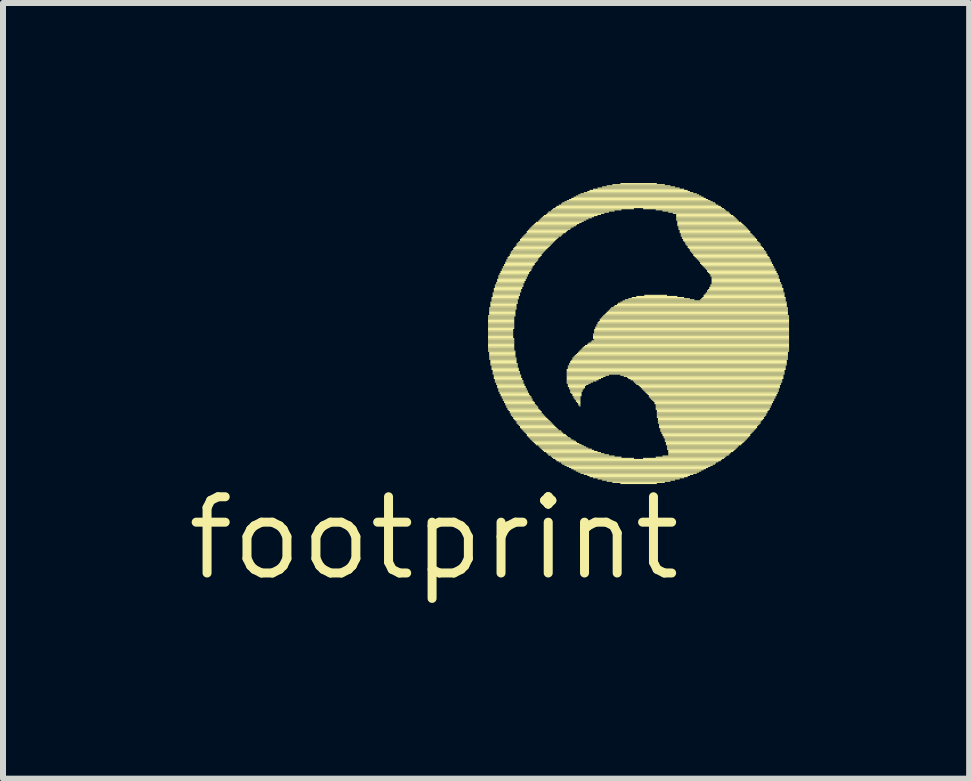
<source format=kicad_pcb>
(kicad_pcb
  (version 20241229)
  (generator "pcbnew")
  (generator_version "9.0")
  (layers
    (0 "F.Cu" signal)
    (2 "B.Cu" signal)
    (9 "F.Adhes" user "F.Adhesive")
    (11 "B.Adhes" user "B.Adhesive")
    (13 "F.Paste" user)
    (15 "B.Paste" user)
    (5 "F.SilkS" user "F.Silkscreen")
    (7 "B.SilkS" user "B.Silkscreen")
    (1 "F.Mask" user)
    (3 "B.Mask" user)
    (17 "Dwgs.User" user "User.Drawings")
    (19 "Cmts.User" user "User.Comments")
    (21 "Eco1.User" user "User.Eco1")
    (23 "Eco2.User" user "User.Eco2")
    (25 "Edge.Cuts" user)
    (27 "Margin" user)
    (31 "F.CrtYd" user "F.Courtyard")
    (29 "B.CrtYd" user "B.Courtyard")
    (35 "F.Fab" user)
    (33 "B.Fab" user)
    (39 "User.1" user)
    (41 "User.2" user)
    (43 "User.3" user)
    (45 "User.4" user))
  (footprint "footprint"
    (layer "F.Cu")
    (at 4.18 5.918)
    (property "Reference" "footprint" (at 0 0 0) (layer "F.SilkS") (effects (font (size 1.27 1.27) (thickness 0.15))))
    (fp_poly (pts (xy 0.902 -3.696) (xy 1.359 -3.696) (xy 1.359 -3.715) (xy 0.902 -3.715)) (stroke (width 0) (type solid)) (fill yes) (layer "F.SilkS"))
    (fp_poly (pts (xy 0.902 -3.676) (xy 1.339 -3.676) (xy 1.339 -3.696) (xy 0.902 -3.696)) (stroke (width 0) (type solid)) (fill yes) (layer "F.SilkS"))
    (fp_poly (pts (xy 0.902 -3.658) (xy 1.339 -3.658) (xy 1.339 -3.676) (xy 0.902 -3.676)) (stroke (width 0) (type solid)) (fill yes) (layer "F.SilkS"))
    (fp_poly (pts (xy 0.902 -3.639) (xy 1.339 -3.639) (xy 1.339 -3.658) (xy 0.902 -3.658)) (stroke (width 0) (type solid)) (fill yes) (layer "F.SilkS"))
    (fp_poly (pts (xy 0.902 -3.619) (xy 1.339 -3.619) (xy 1.339 -3.639) (xy 0.902 -3.639)) (stroke (width 0) (type solid)) (fill yes) (layer "F.SilkS"))
    (fp_poly (pts (xy 0.902 -3.6) (xy 1.339 -3.6) (xy 1.339 -3.619) (xy 0.902 -3.619)) (stroke (width 0) (type solid)) (fill yes) (layer "F.SilkS"))
    (fp_poly (pts (xy 0.902 -3.582) (xy 1.339 -3.582) (xy 1.339 -3.6) (xy 0.902 -3.6)) (stroke (width 0) (type solid)) (fill yes) (layer "F.SilkS"))
    (fp_poly (pts (xy 0.902 -3.562) (xy 1.339 -3.562) (xy 1.339 -3.582) (xy 0.902 -3.582)) (stroke (width 0) (type solid)) (fill yes) (layer "F.SilkS"))
    (fp_poly (pts (xy 0.902 -3.543) (xy 1.339 -3.543) (xy 1.339 -3.562) (xy 0.902 -3.562)) (stroke (width 0) (type solid)) (fill yes) (layer "F.SilkS"))
    (fp_poly (pts (xy 0.902 -3.525) (xy 1.339 -3.525) (xy 1.339 -3.543) (xy 0.902 -3.543)) (stroke (width 0) (type solid)) (fill yes) (layer "F.SilkS"))
    (fp_poly (pts (xy 0.902 -3.506) (xy 1.339 -3.506) (xy 1.339 -3.525) (xy 0.902 -3.525)) (stroke (width 0) (type solid)) (fill yes) (layer "F.SilkS"))
    (fp_poly (pts (xy 0.902 -3.486) (xy 1.339 -3.486) (xy 1.339 -3.506) (xy 0.902 -3.506)) (stroke (width 0) (type solid)) (fill yes) (layer "F.SilkS"))
    (fp_poly (pts (xy 0.902 -3.467) (xy 1.321 -3.467) (xy 1.321 -3.486) (xy 0.902 -3.486)) (stroke (width 0) (type solid)) (fill yes) (layer "F.SilkS"))
    (fp_poly (pts (xy 0.902 -3.449) (xy 1.321 -3.449) (xy 1.321 -3.467) (xy 0.902 -3.467)) (stroke (width 0) (type solid)) (fill yes) (layer "F.SilkS"))
    (fp_poly (pts (xy 0.902 -3.429) (xy 1.321 -3.429) (xy 1.321 -3.449) (xy 0.902 -3.449)) (stroke (width 0) (type solid)) (fill yes) (layer "F.SilkS"))
    (fp_poly (pts (xy 0.902 -3.41) (xy 1.321 -3.41) (xy 1.321 -3.429) (xy 0.902 -3.429)) (stroke (width 0) (type solid)) (fill yes) (layer "F.SilkS"))
    (fp_poly (pts (xy 0.902 -3.392) (xy 1.321 -3.392) (xy 1.321 -3.41) (xy 0.902 -3.41)) (stroke (width 0) (type solid)) (fill yes) (layer "F.SilkS"))
    (fp_poly (pts (xy 0.902 -3.373) (xy 1.321 -3.373) (xy 1.321 -3.392) (xy 0.902 -3.392)) (stroke (width 0) (type solid)) (fill yes) (layer "F.SilkS"))
    (fp_poly (pts (xy 0.902 -3.353) (xy 1.321 -3.353) (xy 1.321 -3.373) (xy 0.902 -3.373)) (stroke (width 0) (type solid)) (fill yes) (layer "F.SilkS"))
    (fp_poly (pts (xy 0.902 -3.334) (xy 1.321 -3.334) (xy 1.321 -3.353) (xy 0.902 -3.353)) (stroke (width 0) (type solid)) (fill yes) (layer "F.SilkS"))
    (fp_poly (pts (xy 0.902 -3.316) (xy 1.339 -3.316) (xy 1.339 -3.334) (xy 0.902 -3.334)) (stroke (width 0) (type solid)) (fill yes) (layer "F.SilkS"))
    (fp_poly (pts (xy 0.902 -3.296) (xy 1.339 -3.296) (xy 1.339 -3.316) (xy 0.902 -3.316)) (stroke (width 0) (type solid)) (fill yes) (layer "F.SilkS"))
    (fp_poly (pts (xy 0.902 -3.277) (xy 1.339 -3.277) (xy 1.339 -3.296) (xy 0.902 -3.296)) (stroke (width 0) (type solid)) (fill yes) (layer "F.SilkS"))
    (fp_poly (pts (xy 0.902 -3.259) (xy 1.339 -3.259) (xy 1.339 -3.277) (xy 0.902 -3.277)) (stroke (width 0) (type solid)) (fill yes) (layer "F.SilkS"))
    (fp_poly (pts (xy 0.902 -3.24) (xy 1.339 -3.24) (xy 1.339 -3.259) (xy 0.902 -3.259)) (stroke (width 0) (type solid)) (fill yes) (layer "F.SilkS"))
    (fp_poly (pts (xy 0.902 -3.22) (xy 1.339 -3.22) (xy 1.339 -3.24) (xy 0.902 -3.24)) (stroke (width 0) (type solid)) (fill yes) (layer "F.SilkS"))
    (fp_poly (pts (xy 0.902 -3.201) (xy 1.339 -3.201) (xy 1.339 -3.22) (xy 0.902 -3.22)) (stroke (width 0) (type solid)) (fill yes) (layer "F.SilkS"))
    (fp_poly (pts (xy 0.902 -3.183) (xy 1.339 -3.183) (xy 1.339 -3.201) (xy 0.902 -3.201)) (stroke (width 0) (type solid)) (fill yes) (layer "F.SilkS"))
    (fp_poly (pts (xy 0.902 -3.163) (xy 1.339 -3.163) (xy 1.339 -3.183) (xy 0.902 -3.183)) (stroke (width 0) (type solid)) (fill yes) (layer "F.SilkS"))
    (fp_poly (pts (xy 0.902 -3.144) (xy 1.339 -3.144) (xy 1.339 -3.163) (xy 0.902 -3.163)) (stroke (width 0) (type solid)) (fill yes) (layer "F.SilkS"))
    (fp_poly (pts (xy 0.902 -3.126) (xy 1.339 -3.126) (xy 1.339 -3.144) (xy 0.902 -3.144)) (stroke (width 0) (type solid)) (fill yes) (layer "F.SilkS"))
    (fp_poly (pts (xy 0.902 -3.107) (xy 1.359 -3.107) (xy 1.359 -3.126) (xy 0.902 -3.126)) (stroke (width 0) (type solid)) (fill yes) (layer "F.SilkS"))
    (fp_poly (pts (xy 0.921 -3.829) (xy 1.377 -3.829) (xy 1.377 -3.848) (xy 0.921 -3.848)) (stroke (width 0) (type solid)) (fill yes) (layer "F.SilkS"))
    (fp_poly (pts (xy 0.921 -3.809) (xy 1.377 -3.809) (xy 1.377 -3.829) (xy 0.921 -3.829)) (stroke (width 0) (type solid)) (fill yes) (layer "F.SilkS"))
    (fp_poly (pts (xy 0.921 -3.791) (xy 1.359 -3.791) (xy 1.359 -3.809) (xy 0.921 -3.809)) (stroke (width 0) (type solid)) (fill yes) (layer "F.SilkS"))
    (fp_poly (pts (xy 0.921 -3.772) (xy 1.359 -3.772) (xy 1.359 -3.791) (xy 0.921 -3.791)) (stroke (width 0) (type solid)) (fill yes) (layer "F.SilkS"))
    (fp_poly (pts (xy 0.921 -3.752) (xy 1.359 -3.752) (xy 1.359 -3.772) (xy 0.921 -3.772)) (stroke (width 0) (type solid)) (fill yes) (layer "F.SilkS"))
    (fp_poly (pts (xy 0.921 -3.733) (xy 1.359 -3.733) (xy 1.359 -3.752) (xy 0.921 -3.752)) (stroke (width 0) (type solid)) (fill yes) (layer "F.SilkS"))
    (fp_poly (pts (xy 0.921 -3.715) (xy 1.359 -3.715) (xy 1.359 -3.733) (xy 0.921 -3.733)) (stroke (width 0) (type solid)) (fill yes) (layer "F.SilkS"))
    (fp_poly (pts (xy 0.921 -3.087) (xy 1.359 -3.087) (xy 1.359 -3.107) (xy 0.921 -3.107)) (stroke (width 0) (type solid)) (fill yes) (layer "F.SilkS"))
    (fp_poly (pts (xy 0.921 -3.068) (xy 1.359 -3.068) (xy 1.359 -3.087) (xy 0.921 -3.087)) (stroke (width 0) (type solid)) (fill yes) (layer "F.SilkS"))
    (fp_poly (pts (xy 0.921 -3.05) (xy 1.359 -3.05) (xy 1.359 -3.068) (xy 0.921 -3.068)) (stroke (width 0) (type solid)) (fill yes) (layer "F.SilkS"))
    (fp_poly (pts (xy 0.921 -3.03) (xy 1.359 -3.03) (xy 1.359 -3.05) (xy 0.921 -3.05)) (stroke (width 0) (type solid)) (fill yes) (layer "F.SilkS"))
    (fp_poly (pts (xy 0.921 -3.011) (xy 1.359 -3.011) (xy 1.359 -3.03) (xy 0.921 -3.03)) (stroke (width 0) (type solid)) (fill yes) (layer "F.SilkS"))
    (fp_poly (pts (xy 0.921 -2.993) (xy 1.377 -2.993) (xy 1.377 -3.011) (xy 0.921 -3.011)) (stroke (width 0) (type solid)) (fill yes) (layer "F.SilkS"))
    (fp_poly (pts (xy 0.921 -2.974) (xy 1.377 -2.974) (xy 1.377 -2.993) (xy 0.921 -2.993)) (stroke (width 0) (type solid)) (fill yes) (layer "F.SilkS"))
    (fp_poly (pts (xy 0.941 -3.924) (xy 1.397 -3.924) (xy 1.397 -3.942) (xy 0.941 -3.942)) (stroke (width 0) (type solid)) (fill yes) (layer "F.SilkS"))
    (fp_poly (pts (xy 0.941 -3.905) (xy 1.397 -3.905) (xy 1.397 -3.924) (xy 0.941 -3.924)) (stroke (width 0) (type solid)) (fill yes) (layer "F.SilkS"))
    (fp_poly (pts (xy 0.941 -3.885) (xy 1.377 -3.885) (xy 1.377 -3.905) (xy 0.941 -3.905)) (stroke (width 0) (type solid)) (fill yes) (layer "F.SilkS"))
    (fp_poly (pts (xy 0.941 -3.866) (xy 1.377 -3.866) (xy 1.377 -3.885) (xy 0.941 -3.885)) (stroke (width 0) (type solid)) (fill yes) (layer "F.SilkS"))
    (fp_poly (pts (xy 0.941 -3.848) (xy 1.377 -3.848) (xy 1.377 -3.866) (xy 0.941 -3.866)) (stroke (width 0) (type solid)) (fill yes) (layer "F.SilkS"))
    (fp_poly (pts (xy 0.941 -2.954) (xy 1.377 -2.954) (xy 1.377 -2.974) (xy 0.941 -2.974)) (stroke (width 0) (type solid)) (fill yes) (layer "F.SilkS"))
    (fp_poly (pts (xy 0.941 -2.936) (xy 1.377 -2.936) (xy 1.377 -2.954) (xy 0.941 -2.954)) (stroke (width 0) (type solid)) (fill yes) (layer "F.SilkS"))
    (fp_poly (pts (xy 0.941 -2.917) (xy 1.377 -2.917) (xy 1.377 -2.936) (xy 0.941 -2.936)) (stroke (width 0) (type solid)) (fill yes) (layer "F.SilkS"))
    (fp_poly (pts (xy 0.941 -2.897) (xy 1.397 -2.897) (xy 1.397 -2.917) (xy 0.941 -2.917)) (stroke (width 0) (type solid)) (fill yes) (layer "F.SilkS"))
    (fp_poly (pts (xy 0.941 -2.878) (xy 1.397 -2.878) (xy 1.397 -2.897) (xy 0.941 -2.897)) (stroke (width 0) (type solid)) (fill yes) (layer "F.SilkS"))
    (fp_poly (pts (xy 0.96 -3.999) (xy 1.415 -3.999) (xy 1.415 -4.019) (xy 0.96 -4.019)) (stroke (width 0) (type solid)) (fill yes) (layer "F.SilkS"))
    (fp_poly (pts (xy 0.96 -3.981) (xy 1.415 -3.981) (xy 1.415 -3.999) (xy 0.96 -3.999)) (stroke (width 0) (type solid)) (fill yes) (layer "F.SilkS"))
    (fp_poly (pts (xy 0.96 -3.962) (xy 1.397 -3.962) (xy 1.397 -3.981) (xy 0.96 -3.981)) (stroke (width 0) (type solid)) (fill yes) (layer "F.SilkS"))
    (fp_poly (pts (xy 0.96 -3.942) (xy 1.397 -3.942) (xy 1.397 -3.962) (xy 0.96 -3.962)) (stroke (width 0) (type solid)) (fill yes) (layer "F.SilkS"))
    (fp_poly (pts (xy 0.96 -2.86) (xy 1.397 -2.86) (xy 1.397 -2.878) (xy 0.96 -2.878)) (stroke (width 0) (type solid)) (fill yes) (layer "F.SilkS"))
    (fp_poly (pts (xy 0.96 -2.841) (xy 1.397 -2.841) (xy 1.397 -2.86) (xy 0.96 -2.86)) (stroke (width 0) (type solid)) (fill yes) (layer "F.SilkS"))
    (fp_poly (pts (xy 0.96 -2.821) (xy 1.415 -2.821) (xy 1.415 -2.841) (xy 0.96 -2.841)) (stroke (width 0) (type solid)) (fill yes) (layer "F.SilkS"))
    (fp_poly (pts (xy 0.96 -2.803) (xy 1.415 -2.803) (xy 1.415 -2.821) (xy 0.96 -2.821)) (stroke (width 0) (type solid)) (fill yes) (layer "F.SilkS"))
    (fp_poly (pts (xy 0.979 -4.075) (xy 1.435 -4.075) (xy 1.435 -4.095) (xy 0.979 -4.095)) (stroke (width 0) (type solid)) (fill yes) (layer "F.SilkS"))
    (fp_poly (pts (xy 0.979 -4.056) (xy 1.435 -4.056) (xy 1.435 -4.075) (xy 0.979 -4.075)) (stroke (width 0) (type solid)) (fill yes) (layer "F.SilkS"))
    (fp_poly (pts (xy 0.979 -4.037) (xy 1.435 -4.037) (xy 1.435 -4.056) (xy 0.979 -4.056)) (stroke (width 0) (type solid)) (fill yes) (layer "F.SilkS"))
    (fp_poly (pts (xy 0.979 -4.019) (xy 1.415 -4.019) (xy 1.415 -4.037) (xy 0.979 -4.037)) (stroke (width 0) (type solid)) (fill yes) (layer "F.SilkS"))
    (fp_poly (pts (xy 0.979 -2.784) (xy 1.415 -2.784) (xy 1.415 -2.803) (xy 0.979 -2.803)) (stroke (width 0) (type solid)) (fill yes) (layer "F.SilkS"))
    (fp_poly (pts (xy 0.979 -2.764) (xy 1.435 -2.764) (xy 1.435 -2.784) (xy 0.979 -2.784)) (stroke (width 0) (type solid)) (fill yes) (layer "F.SilkS"))
    (fp_poly (pts (xy 0.979 -2.745) (xy 1.435 -2.745) (xy 1.435 -2.764) (xy 0.979 -2.764)) (stroke (width 0) (type solid)) (fill yes) (layer "F.SilkS"))
    (fp_poly (pts (xy 0.979 -2.727) (xy 1.435 -2.727) (xy 1.435 -2.745) (xy 0.979 -2.745)) (stroke (width 0) (type solid)) (fill yes) (layer "F.SilkS"))
    (fp_poly (pts (xy 0.998 -4.152) (xy 1.472 -4.152) (xy 1.472 -4.17) (xy 0.998 -4.17)) (stroke (width 0) (type solid)) (fill yes) (layer "F.SilkS"))
    (fp_poly (pts (xy 0.998 -4.133) (xy 1.454 -4.133) (xy 1.454 -4.152) (xy 0.998 -4.152)) (stroke (width 0) (type solid)) (fill yes) (layer "F.SilkS"))
    (fp_poly (pts (xy 0.998 -4.114) (xy 1.454 -4.114) (xy 1.454 -4.133) (xy 0.998 -4.133)) (stroke (width 0) (type solid)) (fill yes) (layer "F.SilkS"))
    (fp_poly (pts (xy 0.998 -4.095) (xy 1.454 -4.095) (xy 1.454 -4.114) (xy 0.998 -4.114)) (stroke (width 0) (type solid)) (fill yes) (layer "F.SilkS"))
    (fp_poly (pts (xy 0.998 -2.708) (xy 1.454 -2.708) (xy 1.454 -2.727) (xy 0.998 -2.727)) (stroke (width 0) (type solid)) (fill yes) (layer "F.SilkS"))
    (fp_poly (pts (xy 0.998 -2.688) (xy 1.454 -2.688) (xy 1.454 -2.708) (xy 0.998 -2.708)) (stroke (width 0) (type solid)) (fill yes) (layer "F.SilkS"))
    (fp_poly (pts (xy 0.998 -2.67) (xy 1.454 -2.67) (xy 1.454 -2.688) (xy 0.998 -2.688)) (stroke (width 0) (type solid)) (fill yes) (layer "F.SilkS"))
    (fp_poly (pts (xy 0.998 -2.651) (xy 1.472 -2.651) (xy 1.472 -2.67) (xy 0.998 -2.67)) (stroke (width 0) (type solid)) (fill yes) (layer "F.SilkS"))
    (fp_poly (pts (xy 1.016 -4.208) (xy 1.492 -4.208) (xy 1.492 -4.228) (xy 1.016 -4.228)) (stroke (width 0) (type solid)) (fill yes) (layer "F.SilkS"))
    (fp_poly (pts (xy 1.016 -4.189) (xy 1.492 -4.189) (xy 1.492 -4.208) (xy 1.016 -4.208)) (stroke (width 0) (type solid)) (fill yes) (layer "F.SilkS"))
    (fp_poly (pts (xy 1.016 -4.17) (xy 1.472 -4.17) (xy 1.472 -4.189) (xy 1.016 -4.189)) (stroke (width 0) (type solid)) (fill yes) (layer "F.SilkS"))
    (fp_poly (pts (xy 1.016 -2.631) (xy 1.472 -2.631) (xy 1.472 -2.651) (xy 1.016 -2.651)) (stroke (width 0) (type solid)) (fill yes) (layer "F.SilkS"))
    (fp_poly (pts (xy 1.016 -2.612) (xy 1.492 -2.612) (xy 1.492 -2.631) (xy 1.016 -2.631)) (stroke (width 0) (type solid)) (fill yes) (layer "F.SilkS"))
    (fp_poly (pts (xy 1.016 -2.594) (xy 1.492 -2.594) (xy 1.492 -2.612) (xy 1.016 -2.612)) (stroke (width 0) (type solid)) (fill yes) (layer "F.SilkS"))
    (fp_poly (pts (xy 1.036 -4.247) (xy 1.51 -4.247) (xy 1.51 -4.266) (xy 1.036 -4.266)) (stroke (width 0) (type solid)) (fill yes) (layer "F.SilkS"))
    (fp_poly (pts (xy 1.036 -4.228) (xy 1.492 -4.228) (xy 1.492 -4.247) (xy 1.036 -4.247)) (stroke (width 0) (type solid)) (fill yes) (layer "F.SilkS"))
    (fp_poly (pts (xy 1.036 -2.575) (xy 1.492 -2.575) (xy 1.492 -2.594) (xy 1.036 -2.594)) (stroke (width 0) (type solid)) (fill yes) (layer "F.SilkS"))
    (fp_poly (pts (xy 1.036 -2.555) (xy 1.51 -2.555) (xy 1.51 -2.575) (xy 1.036 -2.575)) (stroke (width 0) (type solid)) (fill yes) (layer "F.SilkS"))
    (fp_poly (pts (xy 1.054 -4.303) (xy 1.53 -4.303) (xy 1.53 -4.322) (xy 1.054 -4.322)) (stroke (width 0) (type solid)) (fill yes) (layer "F.SilkS"))
    (fp_poly (pts (xy 1.054 -4.285) (xy 1.53 -4.285) (xy 1.53 -4.303) (xy 1.054 -4.303)) (stroke (width 0) (type solid)) (fill yes) (layer "F.SilkS"))
    (fp_poly (pts (xy 1.054 -4.266) (xy 1.51 -4.266) (xy 1.51 -4.285) (xy 1.054 -4.285)) (stroke (width 0) (type solid)) (fill yes) (layer "F.SilkS"))
    (fp_poly (pts (xy 1.054 -2.537) (xy 1.51 -2.537) (xy 1.51 -2.555) (xy 1.054 -2.555)) (stroke (width 0) (type solid)) (fill yes) (layer "F.SilkS"))
    (fp_poly (pts (xy 1.054 -2.518) (xy 1.53 -2.518) (xy 1.53 -2.537) (xy 1.054 -2.537)) (stroke (width 0) (type solid)) (fill yes) (layer "F.SilkS"))
    (fp_poly (pts (xy 1.054 -2.498) (xy 1.53 -2.498) (xy 1.53 -2.518) (xy 1.054 -2.518)) (stroke (width 0) (type solid)) (fill yes) (layer "F.SilkS"))
    (fp_poly (pts (xy 1.073 -4.361) (xy 1.567 -4.361) (xy 1.567 -4.38) (xy 1.073 -4.38)) (stroke (width 0) (type solid)) (fill yes) (layer "F.SilkS"))
    (fp_poly (pts (xy 1.073 -4.341) (xy 1.548 -4.341) (xy 1.548 -4.361) (xy 1.073 -4.361)) (stroke (width 0) (type solid)) (fill yes) (layer "F.SilkS"))
    (fp_poly (pts (xy 1.073 -4.322) (xy 1.548 -4.322) (xy 1.548 -4.341) (xy 1.073 -4.341)) (stroke (width 0) (type solid)) (fill yes) (layer "F.SilkS"))
    (fp_poly (pts (xy 1.073 -2.479) (xy 1.548 -2.479) (xy 1.548 -2.498) (xy 1.073 -2.498)) (stroke (width 0) (type solid)) (fill yes) (layer "F.SilkS"))
    (fp_poly (pts (xy 1.073 -2.461) (xy 1.548 -2.461) (xy 1.548 -2.479) (xy 1.073 -2.479)) (stroke (width 0) (type solid)) (fill yes) (layer "F.SilkS"))
    (fp_poly (pts (xy 1.073 -2.442) (xy 1.567 -2.442) (xy 1.567 -2.461) (xy 1.073 -2.461)) (stroke (width 0) (type solid)) (fill yes) (layer "F.SilkS"))
    (fp_poly (pts (xy 1.093 -4.399) (xy 1.587 -4.399) (xy 1.587 -4.418) (xy 1.093 -4.418)) (stroke (width 0) (type solid)) (fill yes) (layer "F.SilkS"))
    (fp_poly (pts (xy 1.093 -4.38) (xy 1.567 -4.38) (xy 1.567 -4.399) (xy 1.093 -4.399)) (stroke (width 0) (type solid)) (fill yes) (layer "F.SilkS"))
    (fp_poly (pts (xy 1.093 -2.422) (xy 1.567 -2.422) (xy 1.567 -2.442) (xy 1.093 -2.442)) (stroke (width 0) (type solid)) (fill yes) (layer "F.SilkS"))
    (fp_poly (pts (xy 1.093 -2.404) (xy 1.587 -2.404) (xy 1.587 -2.422) (xy 1.093 -2.422)) (stroke (width 0) (type solid)) (fill yes) (layer "F.SilkS"))
    (fp_poly (pts (xy 1.111 -4.436) (xy 1.605 -4.436) (xy 1.605 -4.455) (xy 1.111 -4.455)) (stroke (width 0) (type solid)) (fill yes) (layer "F.SilkS"))
    (fp_poly (pts (xy 1.111 -4.418) (xy 1.587 -4.418) (xy 1.587 -4.436) (xy 1.111 -4.436)) (stroke (width 0) (type solid)) (fill yes) (layer "F.SilkS"))
    (fp_poly (pts (xy 1.111 -2.385) (xy 1.587 -2.385) (xy 1.587 -2.404) (xy 1.111 -2.404)) (stroke (width 0) (type solid)) (fill yes) (layer "F.SilkS"))
    (fp_poly (pts (xy 1.111 -2.365) (xy 1.605 -2.365) (xy 1.605 -2.385) (xy 1.111 -2.385)) (stroke (width 0) (type solid)) (fill yes) (layer "F.SilkS"))
    (fp_poly (pts (xy 1.131 -4.474) (xy 1.625 -4.474) (xy 1.625 -4.494) (xy 1.131 -4.494)) (stroke (width 0) (type solid)) (fill yes) (layer "F.SilkS"))
    (fp_poly (pts (xy 1.131 -4.455) (xy 1.625 -4.455) (xy 1.625 -4.474) (xy 1.131 -4.474)) (stroke (width 0) (type solid)) (fill yes) (layer "F.SilkS"))
    (fp_poly (pts (xy 1.131 -2.346) (xy 1.625 -2.346) (xy 1.625 -2.365) (xy 1.131 -2.365)) (stroke (width 0) (type solid)) (fill yes) (layer "F.SilkS"))
    (fp_poly (pts (xy 1.131 -2.328) (xy 1.625 -2.328) (xy 1.625 -2.346) (xy 1.131 -2.346)) (stroke (width 0) (type solid)) (fill yes) (layer "F.SilkS"))
    (fp_poly (pts (xy 1.149 -4.513) (xy 1.643 -4.513) (xy 1.643 -4.532) (xy 1.149 -4.532)) (stroke (width 0) (type solid)) (fill yes) (layer "F.SilkS"))
    (fp_poly (pts (xy 1.149 -4.494) (xy 1.643 -4.494) (xy 1.643 -4.513) (xy 1.149 -4.513)) (stroke (width 0) (type solid)) (fill yes) (layer "F.SilkS"))
    (fp_poly (pts (xy 1.149 -2.308) (xy 1.643 -2.308) (xy 1.643 -2.328) (xy 1.149 -2.328)) (stroke (width 0) (type solid)) (fill yes) (layer "F.SilkS"))
    (fp_poly (pts (xy 1.149 -2.289) (xy 1.643 -2.289) (xy 1.643 -2.308) (xy 1.149 -2.308)) (stroke (width 0) (type solid)) (fill yes) (layer "F.SilkS"))
    (fp_poly (pts (xy 1.169 -4.551) (xy 1.681 -4.551) (xy 1.681 -4.569) (xy 1.169 -4.569)) (stroke (width 0) (type solid)) (fill yes) (layer "F.SilkS"))
    (fp_poly (pts (xy 1.169 -4.532) (xy 1.663 -4.532) (xy 1.663 -4.551) (xy 1.169 -4.551)) (stroke (width 0) (type solid)) (fill yes) (layer "F.SilkS"))
    (fp_poly (pts (xy 1.169 -2.271) (xy 1.663 -2.271) (xy 1.663 -2.289) (xy 1.169 -2.289)) (stroke (width 0) (type solid)) (fill yes) (layer "F.SilkS"))
    (fp_poly (pts (xy 1.169 -2.252) (xy 1.681 -2.252) (xy 1.681 -2.271) (xy 1.169 -2.271)) (stroke (width 0) (type solid)) (fill yes) (layer "F.SilkS"))
    (fp_poly (pts (xy 1.188 -4.588) (xy 1.7 -4.588) (xy 1.7 -4.607) (xy 1.188 -4.607)) (stroke (width 0) (type solid)) (fill yes) (layer "F.SilkS"))
    (fp_poly (pts (xy 1.188 -4.569) (xy 1.681 -4.569) (xy 1.681 -4.588) (xy 1.188 -4.588)) (stroke (width 0) (type solid)) (fill yes) (layer "F.SilkS"))
    (fp_poly (pts (xy 1.188 -2.232) (xy 1.681 -2.232) (xy 1.681 -2.252) (xy 1.188 -2.252)) (stroke (width 0) (type solid)) (fill yes) (layer "F.SilkS"))
    (fp_poly (pts (xy 1.188 -2.213) (xy 1.7 -2.213) (xy 1.7 -2.232) (xy 1.188 -2.232)) (stroke (width 0) (type solid)) (fill yes) (layer "F.SilkS"))
    (fp_poly (pts (xy 1.206 -4.627) (xy 1.738 -4.627) (xy 1.738 -4.646) (xy 1.206 -4.646)) (stroke (width 0) (type solid)) (fill yes) (layer "F.SilkS"))
    (fp_poly (pts (xy 1.206 -4.607) (xy 1.72 -4.607) (xy 1.72 -4.627) (xy 1.206 -4.627)) (stroke (width 0) (type solid)) (fill yes) (layer "F.SilkS"))
    (fp_poly (pts (xy 1.206 -2.195) (xy 1.72 -2.195) (xy 1.72 -2.213) (xy 1.206 -2.213)) (stroke (width 0) (type solid)) (fill yes) (layer "F.SilkS"))
    (fp_poly (pts (xy 1.206 -2.175) (xy 1.738 -2.175) (xy 1.738 -2.195) (xy 1.206 -2.195)) (stroke (width 0) (type solid)) (fill yes) (layer "F.SilkS"))
    (fp_poly (pts (xy 1.226 -4.665) (xy 1.758 -4.665) (xy 1.758 -4.684) (xy 1.226 -4.684)) (stroke (width 0) (type solid)) (fill yes) (layer "F.SilkS"))
    (fp_poly (pts (xy 1.226 -4.646) (xy 1.738 -4.646) (xy 1.738 -4.665) (xy 1.226 -4.665)) (stroke (width 0) (type solid)) (fill yes) (layer "F.SilkS"))
    (fp_poly (pts (xy 1.226 -2.156) (xy 1.738 -2.156) (xy 1.738 -2.175) (xy 1.226 -2.175)) (stroke (width 0) (type solid)) (fill yes) (layer "F.SilkS"))
    (fp_poly (pts (xy 1.226 -2.138) (xy 1.758 -2.138) (xy 1.758 -2.156) (xy 1.226 -2.156)) (stroke (width 0) (type solid)) (fill yes) (layer "F.SilkS"))
    (fp_poly (pts (xy 1.244 -4.684) (xy 1.776 -4.684) (xy 1.776 -4.702) (xy 1.244 -4.702)) (stroke (width 0) (type solid)) (fill yes) (layer "F.SilkS"))
    (fp_poly (pts (xy 1.244 -2.119) (xy 1.776 -2.119) (xy 1.776 -2.138) (xy 1.244 -2.138)) (stroke (width 0) (type solid)) (fill yes) (layer "F.SilkS"))
    (fp_poly (pts (xy 1.264 -4.721) (xy 1.796 -4.721) (xy 1.796 -4.74) (xy 1.264 -4.74)) (stroke (width 0) (type solid)) (fill yes) (layer "F.SilkS"))
    (fp_poly (pts (xy 1.264 -4.702) (xy 1.796 -4.702) (xy 1.796 -4.721) (xy 1.264 -4.721)) (stroke (width 0) (type solid)) (fill yes) (layer "F.SilkS"))
    (fp_poly (pts (xy 1.264 -2.099) (xy 1.796 -2.099) (xy 1.796 -2.119) (xy 1.264 -2.119)) (stroke (width 0) (type solid)) (fill yes) (layer "F.SilkS"))
    (fp_poly (pts (xy 1.264 -2.08) (xy 1.796 -2.08) (xy 1.796 -2.099) (xy 1.264 -2.099)) (stroke (width 0) (type solid)) (fill yes) (layer "F.SilkS"))
    (fp_poly (pts (xy 1.282 -4.76) (xy 1.833 -4.76) (xy 1.833 -4.779) (xy 1.282 -4.779)) (stroke (width 0) (type solid)) (fill yes) (layer "F.SilkS"))
    (fp_poly (pts (xy 1.282 -4.74) (xy 1.815 -4.74) (xy 1.815 -4.76) (xy 1.282 -4.76)) (stroke (width 0) (type solid)) (fill yes) (layer "F.SilkS"))
    (fp_poly (pts (xy 1.282 -2.062) (xy 1.815 -2.062) (xy 1.815 -2.08) (xy 1.282 -2.08)) (stroke (width 0) (type solid)) (fill yes) (layer "F.SilkS"))
    (fp_poly (pts (xy 1.282 -2.042) (xy 1.833 -2.042) (xy 1.833 -2.062) (xy 1.282 -2.062)) (stroke (width 0) (type solid)) (fill yes) (layer "F.SilkS"))
    (fp_poly (pts (xy 1.302 -4.779) (xy 1.853 -4.779) (xy 1.853 -4.798) (xy 1.302 -4.798)) (stroke (width 0) (type solid)) (fill yes) (layer "F.SilkS"))
    (fp_poly (pts (xy 1.302 -2.023) (xy 1.853 -2.023) (xy 1.853 -2.042) (xy 1.302 -2.042)) (stroke (width 0) (type solid)) (fill yes) (layer "F.SilkS"))
    (fp_poly (pts (xy 1.321 -4.816) (xy 1.891 -4.816) (xy 1.891 -4.835) (xy 1.321 -4.835)) (stroke (width 0) (type solid)) (fill yes) (layer "F.SilkS"))
    (fp_poly (pts (xy 1.321 -4.798) (xy 1.871 -4.798) (xy 1.871 -4.816) (xy 1.321 -4.816)) (stroke (width 0) (type solid)) (fill yes) (layer "F.SilkS"))
    (fp_poly (pts (xy 1.321 -2.005) (xy 1.871 -2.005) (xy 1.871 -2.023) (xy 1.321 -2.023)) (stroke (width 0) (type solid)) (fill yes) (layer "F.SilkS"))
    (fp_poly (pts (xy 1.321 -1.986) (xy 1.891 -1.986) (xy 1.891 -2.005) (xy 1.321 -2.005)) (stroke (width 0) (type solid)) (fill yes) (layer "F.SilkS"))
    (fp_poly (pts (xy 1.339 -4.835) (xy 1.909 -4.835) (xy 1.909 -4.854) (xy 1.339 -4.854)) (stroke (width 0) (type solid)) (fill yes) (layer "F.SilkS"))
    (fp_poly (pts (xy 1.339 -1.966) (xy 1.909 -1.966) (xy 1.909 -1.986) (xy 1.339 -1.986)) (stroke (width 0) (type solid)) (fill yes) (layer "F.SilkS"))
    (fp_poly (pts (xy 1.359 -4.854) (xy 1.929 -4.854) (xy 1.929 -4.873) (xy 1.359 -4.873)) (stroke (width 0) (type solid)) (fill yes) (layer "F.SilkS"))
    (fp_poly (pts (xy 1.359 -1.948) (xy 1.929 -1.948) (xy 1.929 -1.966) (xy 1.359 -1.966)) (stroke (width 0) (type solid)) (fill yes) (layer "F.SilkS"))
    (fp_poly (pts (xy 1.377 -4.893) (xy 1.966 -4.893) (xy 1.966 -4.912) (xy 1.377 -4.912)) (stroke (width 0) (type solid)) (fill yes) (layer "F.SilkS"))
    (fp_poly (pts (xy 1.377 -4.873) (xy 1.948 -4.873) (xy 1.948 -4.893) (xy 1.377 -4.893)) (stroke (width 0) (type solid)) (fill yes) (layer "F.SilkS"))
    (fp_poly (pts (xy 1.377 -1.929) (xy 1.948 -1.929) (xy 1.948 -1.948) (xy 1.377 -1.948)) (stroke (width 0) (type solid)) (fill yes) (layer "F.SilkS"))
    (fp_poly (pts (xy 1.377 -1.909) (xy 1.966 -1.909) (xy 1.966 -1.929) (xy 1.377 -1.929)) (stroke (width 0) (type solid)) (fill yes) (layer "F.SilkS"))
    (fp_poly (pts (xy 1.397 -4.912) (xy 1.986 -4.912) (xy 1.986 -4.931) (xy 1.397 -4.931)) (stroke (width 0) (type solid)) (fill yes) (layer "F.SilkS"))
    (fp_poly (pts (xy 1.397 -1.891) (xy 1.986 -1.891) (xy 1.986 -1.909) (xy 1.397 -1.909)) (stroke (width 0) (type solid)) (fill yes) (layer "F.SilkS"))
    (fp_poly (pts (xy 1.415 -4.931) (xy 2.005 -4.931) (xy 2.005 -4.949) (xy 1.415 -4.949)) (stroke (width 0) (type solid)) (fill yes) (layer "F.SilkS"))
    (fp_poly (pts (xy 1.415 -1.871) (xy 2.005 -1.871) (xy 2.005 -1.891) (xy 1.415 -1.891)) (stroke (width 0) (type solid)) (fill yes) (layer "F.SilkS"))
    (fp_poly (pts (xy 1.435 -4.968) (xy 2.042 -4.968) (xy 2.042 -4.987) (xy 1.435 -4.987)) (stroke (width 0) (type solid)) (fill yes) (layer "F.SilkS"))
    (fp_poly (pts (xy 1.435 -4.949) (xy 2.023 -4.949) (xy 2.023 -4.968) (xy 1.435 -4.968)) (stroke (width 0) (type solid)) (fill yes) (layer "F.SilkS"))
    (fp_poly (pts (xy 1.435 -1.853) (xy 2.023 -1.853) (xy 2.023 -1.871) (xy 1.435 -1.871)) (stroke (width 0) (type solid)) (fill yes) (layer "F.SilkS"))
    (fp_poly (pts (xy 1.435 -1.833) (xy 2.042 -1.833) (xy 2.042 -1.853) (xy 1.435 -1.853)) (stroke (width 0) (type solid)) (fill yes) (layer "F.SilkS"))
    (fp_poly (pts (xy 1.454 -4.987) (xy 2.062 -4.987) (xy 2.062 -5.006) (xy 1.454 -5.006)) (stroke (width 0) (type solid)) (fill yes) (layer "F.SilkS"))
    (fp_poly (pts (xy 1.454 -1.815) (xy 2.062 -1.815) (xy 2.062 -1.833) (xy 1.454 -1.833)) (stroke (width 0) (type solid)) (fill yes) (layer "F.SilkS"))
    (fp_poly (pts (xy 1.472 -5.006) (xy 2.08 -5.006) (xy 2.08 -5.026) (xy 1.472 -5.026)) (stroke (width 0) (type solid)) (fill yes) (layer "F.SilkS"))
    (fp_poly (pts (xy 1.472 -1.796) (xy 2.08 -1.796) (xy 2.08 -1.815) (xy 1.472 -1.815)) (stroke (width 0) (type solid)) (fill yes) (layer "F.SilkS"))
    (fp_poly (pts (xy 1.492 -5.026) (xy 2.119 -5.026) (xy 2.119 -5.045) (xy 1.492 -5.045)) (stroke (width 0) (type solid)) (fill yes) (layer "F.SilkS"))
    (fp_poly (pts (xy 1.492 -1.776) (xy 2.119 -1.776) (xy 2.119 -1.796) (xy 1.492 -1.796)) (stroke (width 0) (type solid)) (fill yes) (layer "F.SilkS"))
    (fp_poly (pts (xy 1.51 -5.045) (xy 2.138 -5.045) (xy 2.138 -5.064) (xy 1.51 -5.064)) (stroke (width 0) (type solid)) (fill yes) (layer "F.SilkS"))
    (fp_poly (pts (xy 1.51 -1.758) (xy 2.138 -1.758) (xy 2.138 -1.776) (xy 1.51 -1.776)) (stroke (width 0) (type solid)) (fill yes) (layer "F.SilkS"))
    (fp_poly (pts (xy 1.53 -5.064) (xy 2.156 -5.064) (xy 2.156 -5.082) (xy 1.53 -5.082)) (stroke (width 0) (type solid)) (fill yes) (layer "F.SilkS"))
    (fp_poly (pts (xy 1.53 -1.738) (xy 2.156 -1.738) (xy 2.156 -1.758) (xy 1.53 -1.758)) (stroke (width 0) (type solid)) (fill yes) (layer "F.SilkS"))
    (fp_poly (pts (xy 1.548 -5.101) (xy 2.213 -5.101) (xy 2.213 -5.12) (xy 1.548 -5.12)) (stroke (width 0) (type solid)) (fill yes) (layer "F.SilkS"))
    (fp_poly (pts (xy 1.548 -5.082) (xy 2.195 -5.082) (xy 2.195 -5.101) (xy 1.548 -5.101)) (stroke (width 0) (type solid)) (fill yes) (layer "F.SilkS"))
    (fp_poly (pts (xy 1.548 -1.72) (xy 2.195 -1.72) (xy 2.195 -1.738) (xy 1.548 -1.738)) (stroke (width 0) (type solid)) (fill yes) (layer "F.SilkS"))
    (fp_poly (pts (xy 1.548 -1.7) (xy 2.213 -1.7) (xy 2.213 -1.72) (xy 1.548 -1.72)) (stroke (width 0) (type solid)) (fill yes) (layer "F.SilkS"))
    (fp_poly (pts (xy 1.567 -5.12) (xy 2.232 -5.12) (xy 2.232 -5.139) (xy 1.567 -5.139)) (stroke (width 0) (type solid)) (fill yes) (layer "F.SilkS"))
    (fp_poly (pts (xy 1.567 -1.681) (xy 2.232 -1.681) (xy 2.232 -1.7) (xy 1.567 -1.7)) (stroke (width 0) (type solid)) (fill yes) (layer "F.SilkS"))
    (fp_poly (pts (xy 1.587 -5.139) (xy 2.271 -5.139) (xy 2.271 -5.159) (xy 1.587 -5.159)) (stroke (width 0) (type solid)) (fill yes) (layer "F.SilkS"))
    (fp_poly (pts (xy 1.587 -1.663) (xy 2.271 -1.663) (xy 2.271 -1.681) (xy 1.587 -1.681)) (stroke (width 0) (type solid)) (fill yes) (layer "F.SilkS"))
    (fp_poly (pts (xy 1.605 -5.159) (xy 2.289 -5.159) (xy 2.289 -5.178) (xy 1.605 -5.178)) (stroke (width 0) (type solid)) (fill yes) (layer "F.SilkS"))
    (fp_poly (pts (xy 1.605 -1.643) (xy 2.289 -1.643) (xy 2.289 -1.663) (xy 1.605 -1.663)) (stroke (width 0) (type solid)) (fill yes) (layer "F.SilkS"))
    (fp_poly (pts (xy 1.625 -5.178) (xy 2.328 -5.178) (xy 2.328 -5.197) (xy 1.625 -5.197)) (stroke (width 0) (type solid)) (fill yes) (layer "F.SilkS"))
    (fp_poly (pts (xy 1.625 -1.625) (xy 2.328 -1.625) (xy 2.328 -1.643) (xy 1.625 -1.643)) (stroke (width 0) (type solid)) (fill yes) (layer "F.SilkS"))
    (fp_poly (pts (xy 1.643 -5.197) (xy 2.365 -5.197) (xy 2.365 -5.215) (xy 1.643 -5.215)) (stroke (width 0) (type solid)) (fill yes) (layer "F.SilkS"))
    (fp_poly (pts (xy 1.643 -1.605) (xy 2.365 -1.605) (xy 2.365 -1.625) (xy 1.643 -1.625)) (stroke (width 0) (type solid)) (fill yes) (layer "F.SilkS"))
    (fp_poly (pts (xy 1.663 -5.215) (xy 2.385 -5.215) (xy 2.385 -5.234) (xy 1.663 -5.234)) (stroke (width 0) (type solid)) (fill yes) (layer "F.SilkS"))
    (fp_poly (pts (xy 1.663 -1.587) (xy 2.385 -1.587) (xy 2.385 -1.605) (xy 1.663 -1.605)) (stroke (width 0) (type solid)) (fill yes) (layer "F.SilkS"))
    (fp_poly (pts (xy 1.681 -5.234) (xy 2.422 -5.234) (xy 2.422 -5.253) (xy 1.681 -5.253)) (stroke (width 0) (type solid)) (fill yes) (layer "F.SilkS"))
    (fp_poly (pts (xy 1.681 -1.567) (xy 2.422 -1.567) (xy 2.422 -1.587) (xy 1.681 -1.587)) (stroke (width 0) (type solid)) (fill yes) (layer "F.SilkS"))
    (fp_poly (pts (xy 1.7 -5.253) (xy 2.461 -5.253) (xy 2.461 -5.272) (xy 1.7 -5.272)) (stroke (width 0) (type solid)) (fill yes) (layer "F.SilkS"))
    (fp_poly (pts (xy 1.7 -1.548) (xy 2.461 -1.548) (xy 2.461 -1.567) (xy 1.7 -1.567)) (stroke (width 0) (type solid)) (fill yes) (layer "F.SilkS"))
    (fp_poly (pts (xy 1.738 -5.272) (xy 2.498 -5.272) (xy 2.498 -5.292) (xy 1.738 -5.292)) (stroke (width 0) (type solid)) (fill yes) (layer "F.SilkS"))
    (fp_poly (pts (xy 1.738 -1.53) (xy 2.498 -1.53) (xy 2.498 -1.548) (xy 1.738 -1.548)) (stroke (width 0) (type solid)) (fill yes) (layer "F.SilkS"))
    (fp_poly (pts (xy 1.758 -5.292) (xy 2.537 -5.292) (xy 2.537 -5.311) (xy 1.758 -5.311)) (stroke (width 0) (type solid)) (fill yes) (layer "F.SilkS"))
    (fp_poly (pts (xy 1.758 -1.51) (xy 2.537 -1.51) (xy 2.537 -1.53) (xy 1.758 -1.53)) (stroke (width 0) (type solid)) (fill yes) (layer "F.SilkS"))
    (fp_poly (pts (xy 1.776 -5.311) (xy 2.575 -5.311) (xy 2.575 -5.33) (xy 1.776 -5.33)) (stroke (width 0) (type solid)) (fill yes) (layer "F.SilkS"))
    (fp_poly (pts (xy 1.776 -1.492) (xy 2.575 -1.492) (xy 2.575 -1.51) (xy 1.776 -1.51)) (stroke (width 0) (type solid)) (fill yes) (layer "F.SilkS"))
    (fp_poly (pts (xy 1.796 -5.33) (xy 2.631 -5.33) (xy 2.631 -5.348) (xy 1.796 -5.348)) (stroke (width 0) (type solid)) (fill yes) (layer "F.SilkS"))
    (fp_poly (pts (xy 1.796 -1.472) (xy 2.631 -1.472) (xy 2.631 -1.492) (xy 1.796 -1.492)) (stroke (width 0) (type solid)) (fill yes) (layer "F.SilkS"))
    (fp_poly (pts (xy 1.815 -5.348) (xy 2.67 -5.348) (xy 2.67 -5.367) (xy 1.815 -5.367)) (stroke (width 0) (type solid)) (fill yes) (layer "F.SilkS"))
    (fp_poly (pts (xy 1.815 -1.454) (xy 2.67 -1.454) (xy 2.67 -1.472) (xy 1.815 -1.472)) (stroke (width 0) (type solid)) (fill yes) (layer "F.SilkS"))
    (fp_poly (pts (xy 1.833 -5.367) (xy 2.727 -5.367) (xy 2.727 -5.386) (xy 1.833 -5.386)) (stroke (width 0) (type solid)) (fill yes) (layer "F.SilkS"))
    (fp_poly (pts (xy 1.833 -1.435) (xy 2.727 -1.435) (xy 2.727 -1.454) (xy 1.833 -1.454)) (stroke (width 0) (type solid)) (fill yes) (layer "F.SilkS"))
    (fp_poly (pts (xy 1.871 -5.386) (xy 2.784 -5.386) (xy 2.784 -5.405) (xy 1.871 -5.405)) (stroke (width 0) (type solid)) (fill yes) (layer "F.SilkS"))
    (fp_poly (pts (xy 1.871 -1.415) (xy 2.784 -1.415) (xy 2.784 -1.435) (xy 1.871 -1.435)) (stroke (width 0) (type solid)) (fill yes) (layer "F.SilkS"))
    (fp_poly (pts (xy 1.891 -5.405) (xy 2.841 -5.405) (xy 2.841 -5.425) (xy 1.891 -5.425)) (stroke (width 0) (type solid)) (fill yes) (layer "F.SilkS"))
    (fp_poly (pts (xy 1.891 -1.397) (xy 2.841 -1.397) (xy 2.841 -1.415) (xy 1.891 -1.415)) (stroke (width 0) (type solid)) (fill yes) (layer "F.SilkS"))
    (fp_poly (pts (xy 1.909 -5.425) (xy 2.917 -5.425) (xy 2.917 -5.444) (xy 1.909 -5.444)) (stroke (width 0) (type solid)) (fill yes) (layer "F.SilkS"))
    (fp_poly (pts (xy 1.909 -1.377) (xy 2.917 -1.377) (xy 2.917 -1.397) (xy 1.909 -1.397)) (stroke (width 0) (type solid)) (fill yes) (layer "F.SilkS"))
    (fp_poly (pts (xy 1.948 -5.444) (xy 3.011 -5.444) (xy 3.011 -5.463) (xy 1.948 -5.463)) (stroke (width 0) (type solid)) (fill yes) (layer "F.SilkS"))
    (fp_poly (pts (xy 1.948 -1.359) (xy 3.011 -1.359) (xy 3.011 -1.377) (xy 1.948 -1.377)) (stroke (width 0) (type solid)) (fill yes) (layer "F.SilkS"))
    (fp_poly (pts (xy 1.966 -5.463) (xy 3.126 -5.463) (xy 3.126 -5.481) (xy 1.966 -5.481)) (stroke (width 0) (type solid)) (fill yes) (layer "F.SilkS"))
    (fp_poly (pts (xy 1.966 -1.339) (xy 3.126 -1.339) (xy 3.126 -1.359) (xy 1.966 -1.359)) (stroke (width 0) (type solid)) (fill yes) (layer "F.SilkS"))
    (fp_poly (pts (xy 1.986 -5.481) (xy 3.334 -5.481) (xy 3.334 -5.5) (xy 1.986 -5.5)) (stroke (width 0) (type solid)) (fill yes) (layer "F.SilkS"))
    (fp_poly (pts (xy 1.986 -1.321) (xy 3.334 -1.321) (xy 3.334 -1.339) (xy 1.986 -1.339)) (stroke (width 0) (type solid)) (fill yes) (layer "F.SilkS"))
    (fp_poly (pts (xy 2.023 -5.5) (xy 4.798 -5.5) (xy 4.798 -5.519) (xy 2.023 -5.519)) (stroke (width 0) (type solid)) (fill yes) (layer "F.SilkS"))
    (fp_poly (pts (xy 2.023 -1.302) (xy 4.798 -1.302) (xy 4.798 -1.321) (xy 2.023 -1.321)) (stroke (width 0) (type solid)) (fill yes) (layer "F.SilkS"))
    (fp_poly (pts (xy 2.042 -5.519) (xy 4.779 -5.519) (xy 4.779 -5.538) (xy 2.042 -5.538)) (stroke (width 0) (type solid)) (fill yes) (layer "F.SilkS"))
    (fp_poly (pts (xy 2.042 -1.282) (xy 4.779 -1.282) (xy 4.779 -1.302) (xy 2.042 -1.302)) (stroke (width 0) (type solid)) (fill yes) (layer "F.SilkS"))
    (fp_poly (pts (xy 2.08 -5.538) (xy 4.74 -5.538) (xy 4.74 -5.558) (xy 2.08 -5.558)) (stroke (width 0) (type solid)) (fill yes) (layer "F.SilkS"))
    (fp_poly (pts (xy 2.08 -1.264) (xy 4.74 -1.264) (xy 4.74 -1.282) (xy 2.08 -1.282)) (stroke (width 0) (type solid)) (fill yes) (layer "F.SilkS"))
    (fp_poly (pts (xy 2.119 -5.558) (xy 4.702 -5.558) (xy 4.702 -5.577) (xy 2.119 -5.577)) (stroke (width 0) (type solid)) (fill yes) (layer "F.SilkS"))
    (fp_poly (pts (xy 2.119 -1.244) (xy 4.702 -1.244) (xy 4.702 -1.264) (xy 2.119 -1.264)) (stroke (width 0) (type solid)) (fill yes) (layer "F.SilkS"))
    (fp_poly (pts (xy 2.138 -5.577) (xy 4.684 -5.577) (xy 4.684 -5.596) (xy 2.138 -5.596)) (stroke (width 0) (type solid)) (fill yes) (layer "F.SilkS"))
    (fp_poly (pts (xy 2.138 -1.226) (xy 4.684 -1.226) (xy 4.684 -1.244) (xy 2.138 -1.244)) (stroke (width 0) (type solid)) (fill yes) (layer "F.SilkS"))
    (fp_poly (pts (xy 2.175 -5.596) (xy 4.646 -5.596) (xy 4.646 -5.614) (xy 2.175 -5.614)) (stroke (width 0) (type solid)) (fill yes) (layer "F.SilkS"))
    (fp_poly (pts (xy 2.175 -1.206) (xy 4.646 -1.206) (xy 4.646 -1.226) (xy 2.175 -1.226)) (stroke (width 0) (type solid)) (fill yes) (layer "F.SilkS"))
    (fp_poly (pts (xy 2.213 -5.614) (xy 4.607 -5.614) (xy 4.607 -5.633) (xy 2.213 -5.633)) (stroke (width 0) (type solid)) (fill yes) (layer "F.SilkS"))
    (fp_poly (pts (xy 2.213 -2.803) (xy 5.862 -2.803) (xy 5.862 -2.821) (xy 2.213 -2.821)) (stroke (width 0) (type solid)) (fill yes) (layer "F.SilkS"))
    (fp_poly (pts (xy 2.213 -2.784) (xy 5.843 -2.784) (xy 5.843 -2.803) (xy 2.213 -2.803)) (stroke (width 0) (type solid)) (fill yes) (layer "F.SilkS"))
    (fp_poly (pts (xy 2.213 -2.764) (xy 5.843 -2.764) (xy 5.843 -2.784) (xy 2.213 -2.784)) (stroke (width 0) (type solid)) (fill yes) (layer "F.SilkS"))
    (fp_poly (pts (xy 2.213 -2.745) (xy 5.843 -2.745) (xy 5.843 -2.764) (xy 2.213 -2.764)) (stroke (width 0) (type solid)) (fill yes) (layer "F.SilkS"))
    (fp_poly (pts (xy 2.213 -2.727) (xy 5.843 -2.727) (xy 5.843 -2.745) (xy 2.213 -2.745)) (stroke (width 0) (type solid)) (fill yes) (layer "F.SilkS"))
    (fp_poly (pts (xy 2.213 -2.708) (xy 2.917 -2.708) (xy 2.917 -2.727) (xy 2.213 -2.727)) (stroke (width 0) (type solid)) (fill yes) (layer "F.SilkS"))
    (fp_poly (pts (xy 2.213 -2.688) (xy 2.86 -2.688) (xy 2.86 -2.708) (xy 2.213 -2.708)) (stroke (width 0) (type solid)) (fill yes) (layer "F.SilkS"))
    (fp_poly (pts (xy 2.213 -2.67) (xy 2.821 -2.67) (xy 2.821 -2.688) (xy 2.213 -2.688)) (stroke (width 0) (type solid)) (fill yes) (layer "F.SilkS"))
    (fp_poly (pts (xy 2.213 -2.651) (xy 2.784 -2.651) (xy 2.784 -2.67) (xy 2.213 -2.67)) (stroke (width 0) (type solid)) (fill yes) (layer "F.SilkS"))
    (fp_poly (pts (xy 2.213 -2.631) (xy 2.745 -2.631) (xy 2.745 -2.651) (xy 2.213 -2.651)) (stroke (width 0) (type solid)) (fill yes) (layer "F.SilkS"))
    (fp_poly (pts (xy 2.213 -2.612) (xy 2.708 -2.612) (xy 2.708 -2.631) (xy 2.213 -2.631)) (stroke (width 0) (type solid)) (fill yes) (layer "F.SilkS"))
    (fp_poly (pts (xy 2.213 -2.594) (xy 2.651 -2.594) (xy 2.651 -2.612) (xy 2.213 -2.612)) (stroke (width 0) (type solid)) (fill yes) (layer "F.SilkS"))
    (fp_poly (pts (xy 2.213 -2.575) (xy 2.612 -2.575) (xy 2.612 -2.594) (xy 2.213 -2.594)) (stroke (width 0) (type solid)) (fill yes) (layer "F.SilkS"))
    (fp_poly (pts (xy 2.213 -1.188) (xy 4.607 -1.188) (xy 4.607 -1.206) (xy 2.213 -1.206)) (stroke (width 0) (type solid)) (fill yes) (layer "F.SilkS"))
    (fp_poly (pts (xy 2.232 -2.86) (xy 5.862 -2.86) (xy 5.862 -2.878) (xy 2.232 -2.878)) (stroke (width 0) (type solid)) (fill yes) (layer "F.SilkS"))
    (fp_poly (pts (xy 2.232 -2.841) (xy 5.862 -2.841) (xy 5.862 -2.86) (xy 2.232 -2.86)) (stroke (width 0) (type solid)) (fill yes) (layer "F.SilkS"))
    (fp_poly (pts (xy 2.232 -2.821) (xy 5.862 -2.821) (xy 5.862 -2.841) (xy 2.232 -2.841)) (stroke (width 0) (type solid)) (fill yes) (layer "F.SilkS"))
    (fp_poly (pts (xy 2.232 -2.555) (xy 2.575 -2.555) (xy 2.575 -2.575) (xy 2.232 -2.575)) (stroke (width 0) (type solid)) (fill yes) (layer "F.SilkS"))
    (fp_poly (pts (xy 2.232 -2.537) (xy 2.537 -2.537) (xy 2.537 -2.555) (xy 2.232 -2.555)) (stroke (width 0) (type solid)) (fill yes) (layer "F.SilkS"))
    (fp_poly (pts (xy 2.232 -2.518) (xy 2.518 -2.518) (xy 2.518 -2.537) (xy 2.232 -2.537)) (stroke (width 0) (type solid)) (fill yes) (layer "F.SilkS"))
    (fp_poly (pts (xy 2.252 -5.633) (xy 4.569 -5.633) (xy 4.569 -5.652) (xy 2.252 -5.652)) (stroke (width 0) (type solid)) (fill yes) (layer "F.SilkS"))
    (fp_poly (pts (xy 2.252 -2.897) (xy 5.88 -2.897) (xy 5.88 -2.917) (xy 2.252 -2.917)) (stroke (width 0) (type solid)) (fill yes) (layer "F.SilkS"))
    (fp_poly (pts (xy 2.252 -2.878) (xy 5.88 -2.878) (xy 5.88 -2.897) (xy 2.252 -2.897)) (stroke (width 0) (type solid)) (fill yes) (layer "F.SilkS"))
    (fp_poly (pts (xy 2.252 -2.498) (xy 2.518 -2.498) (xy 2.518 -2.518) (xy 2.252 -2.518)) (stroke (width 0) (type solid)) (fill yes) (layer "F.SilkS"))
    (fp_poly (pts (xy 2.252 -2.479) (xy 2.498 -2.479) (xy 2.498 -2.498) (xy 2.252 -2.498)) (stroke (width 0) (type solid)) (fill yes) (layer "F.SilkS"))
    (fp_poly (pts (xy 2.252 -1.169) (xy 4.569 -1.169) (xy 4.569 -1.188) (xy 2.252 -1.188)) (stroke (width 0) (type solid)) (fill yes) (layer "F.SilkS"))
    (fp_poly (pts (xy 2.271 -2.936) (xy 5.88 -2.936) (xy 5.88 -2.954) (xy 2.271 -2.954)) (stroke (width 0) (type solid)) (fill yes) (layer "F.SilkS"))
    (fp_poly (pts (xy 2.271 -2.917) (xy 5.88 -2.917) (xy 5.88 -2.936) (xy 2.271 -2.936)) (stroke (width 0) (type solid)) (fill yes) (layer "F.SilkS"))
    (fp_poly (pts (xy 2.271 -2.461) (xy 2.479 -2.461) (xy 2.479 -2.479) (xy 2.271 -2.479)) (stroke (width 0) (type solid)) (fill yes) (layer "F.SilkS"))
    (fp_poly (pts (xy 2.271 -2.442) (xy 2.479 -2.442) (xy 2.479 -2.461) (xy 2.271 -2.461)) (stroke (width 0) (type solid)) (fill yes) (layer "F.SilkS"))
    (fp_poly (pts (xy 2.271 -2.422) (xy 2.461 -2.422) (xy 2.461 -2.442) (xy 2.271 -2.442)) (stroke (width 0) (type solid)) (fill yes) (layer "F.SilkS"))
    (fp_poly (pts (xy 2.289 -5.652) (xy 4.532 -5.652) (xy 4.532 -5.671) (xy 2.289 -5.671)) (stroke (width 0) (type solid)) (fill yes) (layer "F.SilkS"))
    (fp_poly (pts (xy 2.289 -2.954) (xy 5.88 -2.954) (xy 5.88 -2.974) (xy 2.289 -2.974)) (stroke (width 0) (type solid)) (fill yes) (layer "F.SilkS"))
    (fp_poly (pts (xy 2.289 -2.404) (xy 2.461 -2.404) (xy 2.461 -2.422) (xy 2.289 -2.422)) (stroke (width 0) (type solid)) (fill yes) (layer "F.SilkS"))
    (fp_poly (pts (xy 2.289 -1.149) (xy 4.532 -1.149) (xy 4.532 -1.169) (xy 2.289 -1.169)) (stroke (width 0) (type solid)) (fill yes) (layer "F.SilkS"))
    (fp_poly (pts (xy 2.308 -2.993) (xy 5.899 -2.993) (xy 5.899 -3.011) (xy 2.308 -3.011)) (stroke (width 0) (type solid)) (fill yes) (layer "F.SilkS"))
    (fp_poly (pts (xy 2.308 -2.974) (xy 5.899 -2.974) (xy 5.899 -2.993) (xy 2.308 -2.993)) (stroke (width 0) (type solid)) (fill yes) (layer "F.SilkS"))
    (fp_poly (pts (xy 2.308 -2.385) (xy 2.461 -2.385) (xy 2.461 -2.404) (xy 2.308 -2.404)) (stroke (width 0) (type solid)) (fill yes) (layer "F.SilkS"))
    (fp_poly (pts (xy 2.308 -2.365) (xy 2.461 -2.365) (xy 2.461 -2.385) (xy 2.308 -2.385)) (stroke (width 0) (type solid)) (fill yes) (layer "F.SilkS"))
    (fp_poly (pts (xy 2.328 -5.671) (xy 4.494 -5.671) (xy 4.494 -5.691) (xy 2.328 -5.691)) (stroke (width 0) (type solid)) (fill yes) (layer "F.SilkS"))
    (fp_poly (pts (xy 2.328 -3.011) (xy 5.899 -3.011) (xy 5.899 -3.03) (xy 2.328 -3.03)) (stroke (width 0) (type solid)) (fill yes) (layer "F.SilkS"))
    (fp_poly (pts (xy 2.328 -2.346) (xy 2.442 -2.346) (xy 2.442 -2.365) (xy 2.328 -2.365)) (stroke (width 0) (type solid)) (fill yes) (layer "F.SilkS"))
    (fp_poly (pts (xy 2.328 -2.328) (xy 2.442 -2.328) (xy 2.442 -2.346) (xy 2.328 -2.346)) (stroke (width 0) (type solid)) (fill yes) (layer "F.SilkS"))
    (fp_poly (pts (xy 2.328 -1.131) (xy 4.494 -1.131) (xy 4.494 -1.149) (xy 2.328 -1.149)) (stroke (width 0) (type solid)) (fill yes) (layer "F.SilkS"))
    (fp_poly (pts (xy 2.346 -3.03) (xy 5.899 -3.03) (xy 5.899 -3.05) (xy 2.346 -3.05)) (stroke (width 0) (type solid)) (fill yes) (layer "F.SilkS"))
    (fp_poly (pts (xy 2.346 -2.308) (xy 2.442 -2.308) (xy 2.442 -2.328) (xy 2.346 -2.328)) (stroke (width 0) (type solid)) (fill yes) (layer "F.SilkS"))
    (fp_poly (pts (xy 2.365 -5.691) (xy 4.455 -5.691) (xy 4.455 -5.71) (xy 2.365 -5.71)) (stroke (width 0) (type solid)) (fill yes) (layer "F.SilkS"))
    (fp_poly (pts (xy 2.365 -3.05) (xy 5.899 -3.05) (xy 5.899 -3.068) (xy 2.365 -3.068)) (stroke (width 0) (type solid)) (fill yes) (layer "F.SilkS"))
    (fp_poly (pts (xy 2.365 -2.289) (xy 2.442 -2.289) (xy 2.442 -2.308) (xy 2.365 -2.308)) (stroke (width 0) (type solid)) (fill yes) (layer "F.SilkS"))
    (fp_poly (pts (xy 2.365 -2.271) (xy 2.442 -2.271) (xy 2.442 -2.289) (xy 2.365 -2.289)) (stroke (width 0) (type solid)) (fill yes) (layer "F.SilkS"))
    (fp_poly (pts (xy 2.365 -1.111) (xy 4.455 -1.111) (xy 4.455 -1.131) (xy 2.365 -1.131)) (stroke (width 0) (type solid)) (fill yes) (layer "F.SilkS"))
    (fp_poly (pts (xy 2.385 -3.068) (xy 5.899 -3.068) (xy 5.899 -3.087) (xy 2.385 -3.087)) (stroke (width 0) (type solid)) (fill yes) (layer "F.SilkS"))
    (fp_poly (pts (xy 2.385 -2.252) (xy 2.442 -2.252) (xy 2.442 -2.271) (xy 2.385 -2.271)) (stroke (width 0) (type solid)) (fill yes) (layer "F.SilkS"))
    (fp_poly (pts (xy 2.404 -5.71) (xy 4.418 -5.71) (xy 4.418 -5.729) (xy 2.404 -5.729)) (stroke (width 0) (type solid)) (fill yes) (layer "F.SilkS"))
    (fp_poly (pts (xy 2.404 -3.087) (xy 5.899 -3.087) (xy 5.899 -3.107) (xy 2.404 -3.107)) (stroke (width 0) (type solid)) (fill yes) (layer "F.SilkS"))
    (fp_poly (pts (xy 2.404 -2.232) (xy 2.442 -2.232) (xy 2.442 -2.252) (xy 2.404 -2.252)) (stroke (width 0) (type solid)) (fill yes) (layer "F.SilkS"))
    (fp_poly (pts (xy 2.404 -2.213) (xy 2.442 -2.213) (xy 2.442 -2.232) (xy 2.404 -2.232)) (stroke (width 0) (type solid)) (fill yes) (layer "F.SilkS"))
    (fp_poly (pts (xy 2.404 -1.093) (xy 4.418 -1.093) (xy 4.418 -1.111) (xy 2.404 -1.111)) (stroke (width 0) (type solid)) (fill yes) (layer "F.SilkS"))
    (fp_poly (pts (xy 2.422 -3.107) (xy 5.918 -3.107) (xy 5.918 -3.126) (xy 2.422 -3.126)) (stroke (width 0) (type solid)) (fill yes) (layer "F.SilkS"))
    (fp_poly (pts (xy 2.422 -2.195) (xy 2.442 -2.195) (xy 2.442 -2.213) (xy 2.422 -2.213)) (stroke (width 0) (type solid)) (fill yes) (layer "F.SilkS"))
    (fp_poly (pts (xy 2.442 -5.729) (xy 4.38 -5.729) (xy 4.38 -5.747) (xy 2.442 -5.747)) (stroke (width 0) (type solid)) (fill yes) (layer "F.SilkS"))
    (fp_poly (pts (xy 2.442 -3.126) (xy 5.918 -3.126) (xy 5.918 -3.144) (xy 2.442 -3.144)) (stroke (width 0) (type solid)) (fill yes) (layer "F.SilkS"))
    (fp_poly (pts (xy 2.442 -1.073) (xy 4.38 -1.073) (xy 4.38 -1.093) (xy 2.442 -1.093)) (stroke (width 0) (type solid)) (fill yes) (layer "F.SilkS"))
    (fp_poly (pts (xy 2.461 -3.144) (xy 5.918 -3.144) (xy 5.918 -3.163) (xy 2.461 -3.163)) (stroke (width 0) (type solid)) (fill yes) (layer "F.SilkS"))
    (fp_poly (pts (xy 2.479 -3.163) (xy 5.918 -3.163) (xy 5.918 -3.183) (xy 2.479 -3.183)) (stroke (width 0) (type solid)) (fill yes) (layer "F.SilkS"))
    (fp_poly (pts (xy 2.498 -5.747) (xy 4.322 -5.747) (xy 4.322 -5.766) (xy 2.498 -5.766)) (stroke (width 0) (type solid)) (fill yes) (layer "F.SilkS"))
    (fp_poly (pts (xy 2.498 -3.183) (xy 5.918 -3.183) (xy 5.918 -3.201) (xy 2.498 -3.201)) (stroke (width 0) (type solid)) (fill yes) (layer "F.SilkS"))
    (fp_poly (pts (xy 2.498 -1.054) (xy 4.322 -1.054) (xy 4.322 -1.073) (xy 2.498 -1.073)) (stroke (width 0) (type solid)) (fill yes) (layer "F.SilkS"))
    (fp_poly (pts (xy 2.518 -3.201) (xy 5.918 -3.201) (xy 5.918 -3.22) (xy 2.518 -3.22)) (stroke (width 0) (type solid)) (fill yes) (layer "F.SilkS"))
    (fp_poly (pts (xy 2.555 -5.766) (xy 4.266 -5.766) (xy 4.266 -5.785) (xy 2.555 -5.785)) (stroke (width 0) (type solid)) (fill yes) (layer "F.SilkS"))
    (fp_poly (pts (xy 2.555 -3.22) (xy 5.918 -3.22) (xy 5.918 -3.24) (xy 2.555 -3.24)) (stroke (width 0) (type solid)) (fill yes) (layer "F.SilkS"))
    (fp_poly (pts (xy 2.555 -1.036) (xy 4.266 -1.036) (xy 4.266 -1.054) (xy 2.555 -1.054)) (stroke (width 0) (type solid)) (fill yes) (layer "F.SilkS"))
    (fp_poly (pts (xy 2.575 -3.24) (xy 5.918 -3.24) (xy 5.918 -3.259) (xy 2.575 -3.259)) (stroke (width 0) (type solid)) (fill yes) (layer "F.SilkS"))
    (fp_poly (pts (xy 2.594 -5.785) (xy 4.228 -5.785) (xy 4.228 -5.804) (xy 2.594 -5.804)) (stroke (width 0) (type solid)) (fill yes) (layer "F.SilkS"))
    (fp_poly (pts (xy 2.594 -1.016) (xy 4.228 -1.016) (xy 4.228 -1.036) (xy 2.594 -1.036)) (stroke (width 0) (type solid)) (fill yes) (layer "F.SilkS"))
    (fp_poly (pts (xy 2.612 -3.259) (xy 5.918 -3.259) (xy 5.918 -3.277) (xy 2.612 -3.277)) (stroke (width 0) (type solid)) (fill yes) (layer "F.SilkS"))
    (fp_poly (pts (xy 2.631 -3.277) (xy 5.918 -3.277) (xy 5.918 -3.296) (xy 2.631 -3.296)) (stroke (width 0) (type solid)) (fill yes) (layer "F.SilkS"))
    (fp_poly (pts (xy 2.651 -5.804) (xy 4.17 -5.804) (xy 4.17 -5.824) (xy 2.651 -5.824)) (stroke (width 0) (type solid)) (fill yes) (layer "F.SilkS"))
    (fp_poly (pts (xy 2.651 -3.392) (xy 5.918 -3.392) (xy 5.918 -3.41) (xy 2.651 -3.41)) (stroke (width 0) (type solid)) (fill yes) (layer "F.SilkS"))
    (fp_poly (pts (xy 2.651 -3.373) (xy 5.918 -3.373) (xy 5.918 -3.392) (xy 2.651 -3.392)) (stroke (width 0) (type solid)) (fill yes) (layer "F.SilkS"))
    (fp_poly (pts (xy 2.651 -3.353) (xy 5.918 -3.353) (xy 5.918 -3.373) (xy 2.651 -3.373)) (stroke (width 0) (type solid)) (fill yes) (layer "F.SilkS"))
    (fp_poly (pts (xy 2.651 -3.334) (xy 5.918 -3.334) (xy 5.918 -3.353) (xy 2.651 -3.353)) (stroke (width 0) (type solid)) (fill yes) (layer "F.SilkS"))
    (fp_poly (pts (xy 2.651 -3.316) (xy 5.918 -3.316) (xy 5.918 -3.334) (xy 2.651 -3.334)) (stroke (width 0) (type solid)) (fill yes) (layer "F.SilkS"))
    (fp_poly (pts (xy 2.651 -0.998) (xy 4.17 -0.998) (xy 4.17 -1.016) (xy 2.651 -1.016)) (stroke (width 0) (type solid)) (fill yes) (layer "F.SilkS"))
    (fp_poly (pts (xy 2.67 -3.467) (xy 5.918 -3.467) (xy 5.918 -3.486) (xy 2.67 -3.486)) (stroke (width 0) (type solid)) (fill yes) (layer "F.SilkS"))
    (fp_poly (pts (xy 2.67 -3.449) (xy 5.918 -3.449) (xy 5.918 -3.467) (xy 2.67 -3.467)) (stroke (width 0) (type solid)) (fill yes) (layer "F.SilkS"))
    (fp_poly (pts (xy 2.67 -3.429) (xy 5.918 -3.429) (xy 5.918 -3.449) (xy 2.67 -3.449)) (stroke (width 0) (type solid)) (fill yes) (layer "F.SilkS"))
    (fp_poly (pts (xy 2.67 -3.41) (xy 5.918 -3.41) (xy 5.918 -3.429) (xy 2.67 -3.429)) (stroke (width 0) (type solid)) (fill yes) (layer "F.SilkS"))
    (fp_poly (pts (xy 2.67 -3.296) (xy 5.918 -3.296) (xy 5.918 -3.316) (xy 2.67 -3.316)) (stroke (width 0) (type solid)) (fill yes) (layer "F.SilkS"))
    (fp_poly (pts (xy 2.688 -3.506) (xy 5.918 -3.506) (xy 5.918 -3.525) (xy 2.688 -3.525)) (stroke (width 0) (type solid)) (fill yes) (layer "F.SilkS"))
    (fp_poly (pts (xy 2.688 -3.486) (xy 5.918 -3.486) (xy 5.918 -3.506) (xy 2.688 -3.506)) (stroke (width 0) (type solid)) (fill yes) (layer "F.SilkS"))
    (fp_poly (pts (xy 2.708 -3.543) (xy 5.918 -3.543) (xy 5.918 -3.562) (xy 2.708 -3.562)) (stroke (width 0) (type solid)) (fill yes) (layer "F.SilkS"))
    (fp_poly (pts (xy 2.708 -3.525) (xy 5.918 -3.525) (xy 5.918 -3.543) (xy 2.708 -3.543)) (stroke (width 0) (type solid)) (fill yes) (layer "F.SilkS"))
    (fp_poly (pts (xy 2.727 -5.824) (xy 4.095 -5.824) (xy 4.095 -5.843) (xy 2.727 -5.843)) (stroke (width 0) (type solid)) (fill yes) (layer "F.SilkS"))
    (fp_poly (pts (xy 2.727 -3.582) (xy 5.918 -3.582) (xy 5.918 -3.6) (xy 2.727 -3.6)) (stroke (width 0) (type solid)) (fill yes) (layer "F.SilkS"))
    (fp_poly (pts (xy 2.727 -3.562) (xy 5.918 -3.562) (xy 5.918 -3.582) (xy 2.727 -3.582)) (stroke (width 0) (type solid)) (fill yes) (layer "F.SilkS"))
    (fp_poly (pts (xy 2.727 -0.979) (xy 4.095 -0.979) (xy 4.095 -0.998) (xy 2.727 -0.998)) (stroke (width 0) (type solid)) (fill yes) (layer "F.SilkS"))
    (fp_poly (pts (xy 2.745 -3.6) (xy 5.918 -3.6) (xy 5.918 -3.619) (xy 2.745 -3.619)) (stroke (width 0) (type solid)) (fill yes) (layer "F.SilkS"))
    (fp_poly (pts (xy 2.764 -3.639) (xy 5.918 -3.639) (xy 5.918 -3.658) (xy 2.764 -3.658)) (stroke (width 0) (type solid)) (fill yes) (layer "F.SilkS"))
    (fp_poly (pts (xy 2.764 -3.619) (xy 5.918 -3.619) (xy 5.918 -3.639) (xy 2.764 -3.639)) (stroke (width 0) (type solid)) (fill yes) (layer "F.SilkS"))
    (fp_poly (pts (xy 2.784 -3.658) (xy 5.918 -3.658) (xy 5.918 -3.676) (xy 2.784 -3.676)) (stroke (width 0) (type solid)) (fill yes) (layer "F.SilkS"))
    (fp_poly (pts (xy 2.803 -5.843) (xy 4.019 -5.843) (xy 4.019 -5.862) (xy 2.803 -5.862)) (stroke (width 0) (type solid)) (fill yes) (layer "F.SilkS"))
    (fp_poly (pts (xy 2.803 -3.676) (xy 5.918 -3.676) (xy 5.918 -3.696) (xy 2.803 -3.696)) (stroke (width 0) (type solid)) (fill yes) (layer "F.SilkS"))
    (fp_poly (pts (xy 2.803 -0.96) (xy 4.019 -0.96) (xy 4.019 -0.979) (xy 2.803 -0.979)) (stroke (width 0) (type solid)) (fill yes) (layer "F.SilkS"))
    (fp_poly (pts (xy 2.821 -3.696) (xy 5.918 -3.696) (xy 5.918 -3.715) (xy 2.821 -3.715)) (stroke (width 0) (type solid)) (fill yes) (layer "F.SilkS"))
    (fp_poly (pts (xy 2.841 -3.715) (xy 5.899 -3.715) (xy 5.899 -3.733) (xy 2.841 -3.733)) (stroke (width 0) (type solid)) (fill yes) (layer "F.SilkS"))
    (fp_poly (pts (xy 2.86 -3.733) (xy 5.899 -3.733) (xy 5.899 -3.752) (xy 2.86 -3.752)) (stroke (width 0) (type solid)) (fill yes) (layer "F.SilkS"))
    (fp_poly (pts (xy 2.878 -5.862) (xy 3.942 -5.862) (xy 3.942 -5.88) (xy 2.878 -5.88)) (stroke (width 0) (type solid)) (fill yes) (layer "F.SilkS"))
    (fp_poly (pts (xy 2.878 -3.752) (xy 5.899 -3.752) (xy 5.899 -3.772) (xy 2.878 -3.772)) (stroke (width 0) (type solid)) (fill yes) (layer "F.SilkS"))
    (fp_poly (pts (xy 2.878 -0.941) (xy 3.942 -0.941) (xy 3.942 -0.96) (xy 2.878 -0.96)) (stroke (width 0) (type solid)) (fill yes) (layer "F.SilkS"))
    (fp_poly (pts (xy 2.897 -3.772) (xy 5.899 -3.772) (xy 5.899 -3.791) (xy 2.897 -3.791)) (stroke (width 0) (type solid)) (fill yes) (layer "F.SilkS"))
    (fp_poly (pts (xy 2.917 -3.791) (xy 5.899 -3.791) (xy 5.899 -3.809) (xy 2.917 -3.809)) (stroke (width 0) (type solid)) (fill yes) (layer "F.SilkS"))
    (fp_poly (pts (xy 2.936 -3.809) (xy 5.899 -3.809) (xy 5.899 -3.829) (xy 2.936 -3.829)) (stroke (width 0) (type solid)) (fill yes) (layer "F.SilkS"))
    (fp_poly (pts (xy 2.954 -3.829) (xy 5.899 -3.829) (xy 5.899 -3.848) (xy 2.954 -3.848)) (stroke (width 0) (type solid)) (fill yes) (layer "F.SilkS"))
    (fp_poly (pts (xy 2.974 -5.88) (xy 3.848 -5.88) (xy 3.848 -5.899) (xy 2.974 -5.899)) (stroke (width 0) (type solid)) (fill yes) (layer "F.SilkS"))
    (fp_poly (pts (xy 2.974 -0.921) (xy 3.848 -0.921) (xy 3.848 -0.941) (xy 2.974 -0.941)) (stroke (width 0) (type solid)) (fill yes) (layer "F.SilkS"))
    (fp_poly (pts (xy 2.993 -3.848) (xy 5.88 -3.848) (xy 5.88 -3.866) (xy 2.993 -3.866)) (stroke (width 0) (type solid)) (fill yes) (layer "F.SilkS"))
    (fp_poly (pts (xy 3.011 -3.866) (xy 5.88 -3.866) (xy 5.88 -3.885) (xy 3.011 -3.885)) (stroke (width 0) (type solid)) (fill yes) (layer "F.SilkS"))
    (fp_poly (pts (xy 3.05 -3.885) (xy 5.88 -3.885) (xy 5.88 -3.905) (xy 3.05 -3.905)) (stroke (width 0) (type solid)) (fill yes) (layer "F.SilkS"))
    (fp_poly (pts (xy 3.068 -3.905) (xy 5.88 -3.905) (xy 5.88 -3.924) (xy 3.068 -3.924)) (stroke (width 0) (type solid)) (fill yes) (layer "F.SilkS"))
    (fp_poly (pts (xy 3.107 -5.899) (xy 3.715 -5.899) (xy 3.715 -5.918) (xy 3.107 -5.918)) (stroke (width 0) (type solid)) (fill yes) (layer "F.SilkS"))
    (fp_poly (pts (xy 3.107 -3.924) (xy 5.88 -3.924) (xy 5.88 -3.942) (xy 3.107 -3.942)) (stroke (width 0) (type solid)) (fill yes) (layer "F.SilkS"))
    (fp_poly (pts (xy 3.107 -2.708) (xy 5.824 -2.708) (xy 5.824 -2.727) (xy 3.107 -2.727)) (stroke (width 0) (type solid)) (fill yes) (layer "F.SilkS"))
    (fp_poly (pts (xy 3.107 -0.902) (xy 3.715 -0.902) (xy 3.715 -0.921) (xy 3.107 -0.921)) (stroke (width 0) (type solid)) (fill yes) (layer "F.SilkS"))
    (fp_poly (pts (xy 3.144 -3.942) (xy 5.862 -3.942) (xy 5.862 -3.962) (xy 3.144 -3.962)) (stroke (width 0) (type solid)) (fill yes) (layer "F.SilkS"))
    (fp_poly (pts (xy 3.163 -2.688) (xy 5.824 -2.688) (xy 5.824 -2.708) (xy 3.163 -2.708)) (stroke (width 0) (type solid)) (fill yes) (layer "F.SilkS"))
    (fp_poly (pts (xy 3.183 -3.962) (xy 4.341 -3.962) (xy 4.341 -3.981) (xy 3.183 -3.981)) (stroke (width 0) (type solid)) (fill yes) (layer "F.SilkS"))
    (fp_poly (pts (xy 3.22 -2.67) (xy 5.824 -2.67) (xy 5.824 -2.688) (xy 3.22 -2.688)) (stroke (width 0) (type solid)) (fill yes) (layer "F.SilkS"))
    (fp_poly (pts (xy 3.24 -3.981) (xy 4.266 -3.981) (xy 4.266 -3.999) (xy 3.24 -3.999)) (stroke (width 0) (type solid)) (fill yes) (layer "F.SilkS"))
    (fp_poly (pts (xy 3.24 -2.651) (xy 5.824 -2.651) (xy 5.824 -2.67) (xy 3.24 -2.67)) (stroke (width 0) (type solid)) (fill yes) (layer "F.SilkS"))
    (fp_poly (pts (xy 3.277 -2.631) (xy 5.804 -2.631) (xy 5.804 -2.651) (xy 3.277 -2.651)) (stroke (width 0) (type solid)) (fill yes) (layer "F.SilkS"))
    (fp_poly (pts (xy 3.296 -3.999) (xy 4.17 -3.999) (xy 4.17 -4.019) (xy 3.296 -4.019)) (stroke (width 0) (type solid)) (fill yes) (layer "F.SilkS"))
    (fp_poly (pts (xy 3.316 -2.612) (xy 5.804 -2.612) (xy 5.804 -2.631) (xy 3.316 -2.631)) (stroke (width 0) (type solid)) (fill yes) (layer "F.SilkS"))
    (fp_poly (pts (xy 3.334 -2.594) (xy 5.804 -2.594) (xy 5.804 -2.612) (xy 3.334 -2.612)) (stroke (width 0) (type solid)) (fill yes) (layer "F.SilkS"))
    (fp_poly (pts (xy 3.353 -2.575) (xy 5.785 -2.575) (xy 5.785 -2.594) (xy 3.353 -2.594)) (stroke (width 0) (type solid)) (fill yes) (layer "F.SilkS"))
    (fp_poly (pts (xy 3.373 -4.019) (xy 4.056 -4.019) (xy 4.056 -4.037) (xy 3.373 -4.037)) (stroke (width 0) (type solid)) (fill yes) (layer "F.SilkS"))
    (fp_poly (pts (xy 3.373 -2.555) (xy 5.785 -2.555) (xy 5.785 -2.575) (xy 3.373 -2.575)) (stroke (width 0) (type solid)) (fill yes) (layer "F.SilkS"))
    (fp_poly (pts (xy 3.41 -2.537) (xy 5.766 -2.537) (xy 5.766 -2.555) (xy 3.41 -2.555)) (stroke (width 0) (type solid)) (fill yes) (layer "F.SilkS"))
    (fp_poly (pts (xy 3.429 -2.518) (xy 5.766 -2.518) (xy 5.766 -2.537) (xy 3.429 -2.537)) (stroke (width 0) (type solid)) (fill yes) (layer "F.SilkS"))
    (fp_poly (pts (xy 3.449 -2.498) (xy 5.766 -2.498) (xy 5.766 -2.518) (xy 3.449 -2.518)) (stroke (width 0) (type solid)) (fill yes) (layer "F.SilkS"))
    (fp_poly (pts (xy 3.467 -2.479) (xy 5.747 -2.479) (xy 5.747 -2.498) (xy 3.467 -2.498)) (stroke (width 0) (type solid)) (fill yes) (layer "F.SilkS"))
    (fp_poly (pts (xy 3.486 -5.481) (xy 4.835 -5.481) (xy 4.835 -5.5) (xy 3.486 -5.5)) (stroke (width 0) (type solid)) (fill yes) (layer "F.SilkS"))
    (fp_poly (pts (xy 3.486 -2.461) (xy 5.747 -2.461) (xy 5.747 -2.479) (xy 3.486 -2.479)) (stroke (width 0) (type solid)) (fill yes) (layer "F.SilkS"))
    (fp_poly (pts (xy 3.486 -1.321) (xy 4.835 -1.321) (xy 4.835 -1.339) (xy 3.486 -1.339)) (stroke (width 0) (type solid)) (fill yes) (layer "F.SilkS"))
    (fp_poly (pts (xy 3.506 -4.037) (xy 3.885 -4.037) (xy 3.885 -4.056) (xy 3.506 -4.056)) (stroke (width 0) (type solid)) (fill yes) (layer "F.SilkS"))
    (fp_poly (pts (xy 3.506 -2.442) (xy 5.747 -2.442) (xy 5.747 -2.461) (xy 3.506 -2.461)) (stroke (width 0) (type solid)) (fill yes) (layer "F.SilkS"))
    (fp_poly (pts (xy 3.525 -2.422) (xy 5.729 -2.422) (xy 5.729 -2.442) (xy 3.525 -2.442)) (stroke (width 0) (type solid)) (fill yes) (layer "F.SilkS"))
    (fp_poly (pts (xy 3.543 -2.404) (xy 5.729 -2.404) (xy 5.729 -2.422) (xy 3.543 -2.422)) (stroke (width 0) (type solid)) (fill yes) (layer "F.SilkS"))
    (fp_poly (pts (xy 3.562 -2.385) (xy 5.71 -2.385) (xy 5.71 -2.404) (xy 3.562 -2.404)) (stroke (width 0) (type solid)) (fill yes) (layer "F.SilkS"))
    (fp_poly (pts (xy 3.582 -2.365) (xy 5.71 -2.365) (xy 5.71 -2.385) (xy 3.582 -2.385)) (stroke (width 0) (type solid)) (fill yes) (layer "F.SilkS"))
    (fp_poly (pts (xy 3.582 -2.346) (xy 5.691 -2.346) (xy 5.691 -2.365) (xy 3.582 -2.365)) (stroke (width 0) (type solid)) (fill yes) (layer "F.SilkS"))
    (fp_poly (pts (xy 3.6 -2.328) (xy 5.691 -2.328) (xy 5.691 -2.346) (xy 3.6 -2.346)) (stroke (width 0) (type solid)) (fill yes) (layer "F.SilkS"))
    (fp_poly (pts (xy 3.619 -2.308) (xy 5.671 -2.308) (xy 5.671 -2.328) (xy 3.619 -2.328)) (stroke (width 0) (type solid)) (fill yes) (layer "F.SilkS"))
    (fp_poly (pts (xy 3.639 -2.289) (xy 5.671 -2.289) (xy 5.671 -2.308) (xy 3.639 -2.308)) (stroke (width 0) (type solid)) (fill yes) (layer "F.SilkS"))
    (fp_poly (pts (xy 3.658 -2.271) (xy 5.652 -2.271) (xy 5.652 -2.289) (xy 3.658 -2.289)) (stroke (width 0) (type solid)) (fill yes) (layer "F.SilkS"))
    (fp_poly (pts (xy 3.676 -2.252) (xy 5.652 -2.252) (xy 5.652 -2.271) (xy 3.676 -2.271)) (stroke (width 0) (type solid)) (fill yes) (layer "F.SilkS"))
    (fp_poly (pts (xy 3.676 -2.232) (xy 5.633 -2.232) (xy 5.633 -2.252) (xy 3.676 -2.252)) (stroke (width 0) (type solid)) (fill yes) (layer "F.SilkS"))
    (fp_poly (pts (xy 3.696 -5.463) (xy 4.854 -5.463) (xy 4.854 -5.481) (xy 3.696 -5.481)) (stroke (width 0) (type solid)) (fill yes) (layer "F.SilkS"))
    (fp_poly (pts (xy 3.696 -2.213) (xy 5.633 -2.213) (xy 5.633 -2.232) (xy 3.696 -2.232)) (stroke (width 0) (type solid)) (fill yes) (layer "F.SilkS"))
    (fp_poly (pts (xy 3.696 -2.195) (xy 5.614 -2.195) (xy 5.614 -2.213) (xy 3.696 -2.213)) (stroke (width 0) (type solid)) (fill yes) (layer "F.SilkS"))
    (fp_poly (pts (xy 3.696 -2.175) (xy 5.614 -2.175) (xy 5.614 -2.195) (xy 3.696 -2.195)) (stroke (width 0) (type solid)) (fill yes) (layer "F.SilkS"))
    (fp_poly (pts (xy 3.696 -2.156) (xy 5.596 -2.156) (xy 5.596 -2.175) (xy 3.696 -2.175)) (stroke (width 0) (type solid)) (fill yes) (layer "F.SilkS"))
    (fp_poly (pts (xy 3.696 -2.138) (xy 5.596 -2.138) (xy 5.596 -2.156) (xy 3.696 -2.156)) (stroke (width 0) (type solid)) (fill yes) (layer "F.SilkS"))
    (fp_poly (pts (xy 3.696 -1.339) (xy 4.854 -1.339) (xy 4.854 -1.359) (xy 3.696 -1.359)) (stroke (width 0) (type solid)) (fill yes) (layer "F.SilkS"))
    (fp_poly (pts (xy 3.715 -2.119) (xy 5.577 -2.119) (xy 5.577 -2.138) (xy 3.715 -2.138)) (stroke (width 0) (type solid)) (fill yes) (layer "F.SilkS"))
    (fp_poly (pts (xy 3.715 -2.099) (xy 5.558 -2.099) (xy 5.558 -2.119) (xy 3.715 -2.119)) (stroke (width 0) (type solid)) (fill yes) (layer "F.SilkS"))
    (fp_poly (pts (xy 3.715 -2.08) (xy 5.558 -2.08) (xy 5.558 -2.099) (xy 3.715 -2.099)) (stroke (width 0) (type solid)) (fill yes) (layer "F.SilkS"))
    (fp_poly (pts (xy 3.715 -2.062) (xy 5.538 -2.062) (xy 5.538 -2.08) (xy 3.715 -2.08)) (stroke (width 0) (type solid)) (fill yes) (layer "F.SilkS"))
    (fp_poly (pts (xy 3.715 -2.042) (xy 5.538 -2.042) (xy 5.538 -2.062) (xy 3.715 -2.062)) (stroke (width 0) (type solid)) (fill yes) (layer "F.SilkS"))
    (fp_poly (pts (xy 3.715 -2.023) (xy 5.519 -2.023) (xy 5.519 -2.042) (xy 3.715 -2.042)) (stroke (width 0) (type solid)) (fill yes) (layer "F.SilkS"))
    (fp_poly (pts (xy 3.715 -2.005) (xy 5.5 -2.005) (xy 5.5 -2.023) (xy 3.715 -2.023)) (stroke (width 0) (type solid)) (fill yes) (layer "F.SilkS"))
    (fp_poly (pts (xy 3.733 -1.986) (xy 5.5 -1.986) (xy 5.5 -2.005) (xy 3.733 -2.005)) (stroke (width 0) (type solid)) (fill yes) (layer "F.SilkS"))
    (fp_poly (pts (xy 3.733 -1.966) (xy 5.481 -1.966) (xy 5.481 -1.986) (xy 3.733 -1.986)) (stroke (width 0) (type solid)) (fill yes) (layer "F.SilkS"))
    (fp_poly (pts (xy 3.733 -1.948) (xy 5.463 -1.948) (xy 5.463 -1.966) (xy 3.733 -1.966)) (stroke (width 0) (type solid)) (fill yes) (layer "F.SilkS"))
    (fp_poly (pts (xy 3.733 -1.929) (xy 5.444 -1.929) (xy 5.444 -1.948) (xy 3.733 -1.948)) (stroke (width 0) (type solid)) (fill yes) (layer "F.SilkS"))
    (fp_poly (pts (xy 3.733 -1.909) (xy 5.444 -1.909) (xy 5.444 -1.929) (xy 3.733 -1.929)) (stroke (width 0) (type solid)) (fill yes) (layer "F.SilkS"))
    (fp_poly (pts (xy 3.752 -1.891) (xy 5.425 -1.891) (xy 5.425 -1.909) (xy 3.752 -1.909)) (stroke (width 0) (type solid)) (fill yes) (layer "F.SilkS"))
    (fp_poly (pts (xy 3.752 -1.871) (xy 5.405 -1.871) (xy 5.405 -1.891) (xy 3.752 -1.891)) (stroke (width 0) (type solid)) (fill yes) (layer "F.SilkS"))
    (fp_poly (pts (xy 3.752 -1.853) (xy 5.386 -1.853) (xy 5.386 -1.871) (xy 3.752 -1.871)) (stroke (width 0) (type solid)) (fill yes) (layer "F.SilkS"))
    (fp_poly (pts (xy 3.752 -1.833) (xy 5.386 -1.833) (xy 5.386 -1.853) (xy 3.752 -1.853)) (stroke (width 0) (type solid)) (fill yes) (layer "F.SilkS"))
    (fp_poly (pts (xy 3.772 -1.815) (xy 5.367 -1.815) (xy 5.367 -1.833) (xy 3.772 -1.833)) (stroke (width 0) (type solid)) (fill yes) (layer "F.SilkS"))
    (fp_poly (pts (xy 3.772 -1.796) (xy 5.348 -1.796) (xy 5.348 -1.815) (xy 3.772 -1.815)) (stroke (width 0) (type solid)) (fill yes) (layer "F.SilkS"))
    (fp_poly (pts (xy 3.772 -1.776) (xy 5.33 -1.776) (xy 5.33 -1.796) (xy 3.772 -1.796)) (stroke (width 0) (type solid)) (fill yes) (layer "F.SilkS"))
    (fp_poly (pts (xy 3.791 -1.758) (xy 5.311 -1.758) (xy 5.311 -1.776) (xy 3.791 -1.776)) (stroke (width 0) (type solid)) (fill yes) (layer "F.SilkS"))
    (fp_poly (pts (xy 3.791 -1.738) (xy 5.292 -1.738) (xy 5.292 -1.758) (xy 3.791 -1.758)) (stroke (width 0) (type solid)) (fill yes) (layer "F.SilkS"))
    (fp_poly (pts (xy 3.809 -5.444) (xy 4.873 -5.444) (xy 4.873 -5.463) (xy 3.809 -5.463)) (stroke (width 0) (type solid)) (fill yes) (layer "F.SilkS"))
    (fp_poly (pts (xy 3.809 -1.72) (xy 5.272 -1.72) (xy 5.272 -1.738) (xy 3.809 -1.738)) (stroke (width 0) (type solid)) (fill yes) (layer "F.SilkS"))
    (fp_poly (pts (xy 3.809 -1.7) (xy 5.272 -1.7) (xy 5.272 -1.72) (xy 3.809 -1.72)) (stroke (width 0) (type solid)) (fill yes) (layer "F.SilkS"))
    (fp_poly (pts (xy 3.809 -1.359) (xy 4.873 -1.359) (xy 4.873 -1.377) (xy 3.809 -1.377)) (stroke (width 0) (type solid)) (fill yes) (layer "F.SilkS"))
    (fp_poly (pts (xy 3.829 -1.681) (xy 5.253 -1.681) (xy 5.253 -1.7) (xy 3.829 -1.7)) (stroke (width 0) (type solid)) (fill yes) (layer "F.SilkS"))
    (fp_poly (pts (xy 3.829 -1.663) (xy 5.234 -1.663) (xy 5.234 -1.681) (xy 3.829 -1.681)) (stroke (width 0) (type solid)) (fill yes) (layer "F.SilkS"))
    (fp_poly (pts (xy 3.848 -1.643) (xy 5.215 -1.643) (xy 5.215 -1.663) (xy 3.848 -1.663)) (stroke (width 0) (type solid)) (fill yes) (layer "F.SilkS"))
    (fp_poly (pts (xy 3.848 -1.625) (xy 5.197 -1.625) (xy 5.197 -1.643) (xy 3.848 -1.643)) (stroke (width 0) (type solid)) (fill yes) (layer "F.SilkS"))
    (fp_poly (pts (xy 3.848 -1.605) (xy 5.178 -1.605) (xy 5.178 -1.625) (xy 3.848 -1.625)) (stroke (width 0) (type solid)) (fill yes) (layer "F.SilkS"))
    (fp_poly (pts (xy 3.866 -1.587) (xy 5.159 -1.587) (xy 5.159 -1.605) (xy 3.866 -1.605)) (stroke (width 0) (type solid)) (fill yes) (layer "F.SilkS"))
    (fp_poly (pts (xy 3.866 -1.567) (xy 5.139 -1.567) (xy 5.139 -1.587) (xy 3.866 -1.587)) (stroke (width 0) (type solid)) (fill yes) (layer "F.SilkS"))
    (fp_poly (pts (xy 3.866 -1.548) (xy 5.12 -1.548) (xy 5.12 -1.567) (xy 3.866 -1.567)) (stroke (width 0) (type solid)) (fill yes) (layer "F.SilkS"))
    (fp_poly (pts (xy 3.885 -1.53) (xy 5.082 -1.53) (xy 5.082 -1.548) (xy 3.885 -1.548)) (stroke (width 0) (type solid)) (fill yes) (layer "F.SilkS"))
    (fp_poly (pts (xy 3.885 -1.51) (xy 5.064 -1.51) (xy 5.064 -1.53) (xy 3.885 -1.53)) (stroke (width 0) (type solid)) (fill yes) (layer "F.SilkS"))
    (fp_poly (pts (xy 3.885 -1.492) (xy 5.045 -1.492) (xy 5.045 -1.51) (xy 3.885 -1.51)) (stroke (width 0) (type solid)) (fill yes) (layer "F.SilkS"))
    (fp_poly (pts (xy 3.885 -1.472) (xy 5.026 -1.472) (xy 5.026 -1.492) (xy 3.885 -1.492)) (stroke (width 0) (type solid)) (fill yes) (layer "F.SilkS"))
    (fp_poly (pts (xy 3.905 -5.425) (xy 4.912 -5.425) (xy 4.912 -5.444) (xy 3.905 -5.444)) (stroke (width 0) (type solid)) (fill yes) (layer "F.SilkS"))
    (fp_poly (pts (xy 3.905 -1.454) (xy 5.006 -1.454) (xy 5.006 -1.472) (xy 3.905 -1.472)) (stroke (width 0) (type solid)) (fill yes) (layer "F.SilkS"))
    (fp_poly (pts (xy 3.905 -1.435) (xy 4.987 -1.435) (xy 4.987 -1.454) (xy 3.905 -1.454)) (stroke (width 0) (type solid)) (fill yes) (layer "F.SilkS"))
    (fp_poly (pts (xy 3.905 -1.415) (xy 4.949 -1.415) (xy 4.949 -1.435) (xy 3.905 -1.435)) (stroke (width 0) (type solid)) (fill yes) (layer "F.SilkS"))
    (fp_poly (pts (xy 3.905 -1.397) (xy 4.931 -1.397) (xy 4.931 -1.415) (xy 3.905 -1.415)) (stroke (width 0) (type solid)) (fill yes) (layer "F.SilkS"))
    (fp_poly (pts (xy 3.905 -1.377) (xy 4.912 -1.377) (xy 4.912 -1.397) (xy 3.905 -1.397)) (stroke (width 0) (type solid)) (fill yes) (layer "F.SilkS"))
    (fp_poly (pts (xy 3.981 -5.405) (xy 4.931 -5.405) (xy 4.931 -5.425) (xy 3.981 -5.425)) (stroke (width 0) (type solid)) (fill yes) (layer "F.SilkS"))
    (fp_poly (pts (xy 4.037 -5.386) (xy 4.949 -5.386) (xy 4.949 -5.405) (xy 4.037 -5.405)) (stroke (width 0) (type solid)) (fill yes) (layer "F.SilkS"))
    (fp_poly (pts (xy 4.037 -5.367) (xy 4.987 -5.367) (xy 4.987 -5.386) (xy 4.037 -5.386)) (stroke (width 0) (type solid)) (fill yes) (layer "F.SilkS"))
    (fp_poly (pts (xy 4.037 -5.348) (xy 5.006 -5.348) (xy 5.006 -5.367) (xy 4.037 -5.367)) (stroke (width 0) (type solid)) (fill yes) (layer "F.SilkS"))
    (fp_poly (pts (xy 4.037 -5.33) (xy 5.026 -5.33) (xy 5.026 -5.348) (xy 4.037 -5.348)) (stroke (width 0) (type solid)) (fill yes) (layer "F.SilkS"))
    (fp_poly (pts (xy 4.037 -5.311) (xy 5.045 -5.311) (xy 5.045 -5.33) (xy 4.037 -5.33)) (stroke (width 0) (type solid)) (fill yes) (layer "F.SilkS"))
    (fp_poly (pts (xy 4.037 -5.292) (xy 5.064 -5.292) (xy 5.064 -5.311) (xy 4.037 -5.311)) (stroke (width 0) (type solid)) (fill yes) (layer "F.SilkS"))
    (fp_poly (pts (xy 4.056 -5.272) (xy 5.082 -5.272) (xy 5.082 -5.292) (xy 4.056 -5.292)) (stroke (width 0) (type solid)) (fill yes) (layer "F.SilkS"))
    (fp_poly (pts (xy 4.056 -5.253) (xy 5.12 -5.253) (xy 5.12 -5.272) (xy 4.056 -5.272)) (stroke (width 0) (type solid)) (fill yes) (layer "F.SilkS"))
    (fp_poly (pts (xy 4.056 -5.234) (xy 5.139 -5.234) (xy 5.139 -5.253) (xy 4.056 -5.253)) (stroke (width 0) (type solid)) (fill yes) (layer "F.SilkS"))
    (fp_poly (pts (xy 4.056 -5.215) (xy 5.159 -5.215) (xy 5.159 -5.234) (xy 4.056 -5.234)) (stroke (width 0) (type solid)) (fill yes) (layer "F.SilkS"))
    (fp_poly (pts (xy 4.056 -5.197) (xy 5.178 -5.197) (xy 5.178 -5.215) (xy 4.056 -5.215)) (stroke (width 0) (type solid)) (fill yes) (layer "F.SilkS"))
    (fp_poly (pts (xy 4.075 -5.178) (xy 5.197 -5.178) (xy 5.197 -5.197) (xy 4.075 -5.197)) (stroke (width 0) (type solid)) (fill yes) (layer "F.SilkS"))
    (fp_poly (pts (xy 4.075 -5.159) (xy 5.215 -5.159) (xy 5.215 -5.178) (xy 4.075 -5.178)) (stroke (width 0) (type solid)) (fill yes) (layer "F.SilkS"))
    (fp_poly (pts (xy 4.075 -5.139) (xy 5.234 -5.139) (xy 5.234 -5.159) (xy 4.075 -5.159)) (stroke (width 0) (type solid)) (fill yes) (layer "F.SilkS"))
    (fp_poly (pts (xy 4.095 -5.12) (xy 5.253 -5.12) (xy 5.253 -5.139) (xy 4.095 -5.139)) (stroke (width 0) (type solid)) (fill yes) (layer "F.SilkS"))
    (fp_poly (pts (xy 4.095 -5.101) (xy 5.272 -5.101) (xy 5.272 -5.12) (xy 4.095 -5.12)) (stroke (width 0) (type solid)) (fill yes) (layer "F.SilkS"))
    (fp_poly (pts (xy 4.095 -5.082) (xy 5.272 -5.082) (xy 5.272 -5.101) (xy 4.095 -5.101)) (stroke (width 0) (type solid)) (fill yes) (layer "F.SilkS"))
    (fp_poly (pts (xy 4.114 -5.064) (xy 5.292 -5.064) (xy 5.292 -5.082) (xy 4.114 -5.082)) (stroke (width 0) (type solid)) (fill yes) (layer "F.SilkS"))
    (fp_poly (pts (xy 4.114 -5.045) (xy 5.311 -5.045) (xy 5.311 -5.064) (xy 4.114 -5.064)) (stroke (width 0) (type solid)) (fill yes) (layer "F.SilkS"))
    (fp_poly (pts (xy 4.114 -5.026) (xy 5.33 -5.026) (xy 5.33 -5.045) (xy 4.114 -5.045)) (stroke (width 0) (type solid)) (fill yes) (layer "F.SilkS"))
    (fp_poly (pts (xy 4.133 -5.006) (xy 5.348 -5.006) (xy 5.348 -5.026) (xy 4.133 -5.026)) (stroke (width 0) (type solid)) (fill yes) (layer "F.SilkS"))
    (fp_poly (pts (xy 4.133 -4.987) (xy 5.367 -4.987) (xy 5.367 -5.006) (xy 4.133 -5.006)) (stroke (width 0) (type solid)) (fill yes) (layer "F.SilkS"))
    (fp_poly (pts (xy 4.152 -4.968) (xy 5.386 -4.968) (xy 5.386 -4.987) (xy 4.152 -4.987)) (stroke (width 0) (type solid)) (fill yes) (layer "F.SilkS"))
    (fp_poly (pts (xy 4.152 -4.949) (xy 5.386 -4.949) (xy 5.386 -4.968) (xy 4.152 -4.968)) (stroke (width 0) (type solid)) (fill yes) (layer "F.SilkS"))
    (fp_poly (pts (xy 4.17 -4.931) (xy 5.405 -4.931) (xy 5.405 -4.949) (xy 4.17 -4.949)) (stroke (width 0) (type solid)) (fill yes) (layer "F.SilkS"))
    (fp_poly (pts (xy 4.189 -4.912) (xy 5.425 -4.912) (xy 5.425 -4.931) (xy 4.189 -4.931)) (stroke (width 0) (type solid)) (fill yes) (layer "F.SilkS"))
    (fp_poly (pts (xy 4.189 -4.893) (xy 5.444 -4.893) (xy 5.444 -4.912) (xy 4.189 -4.912)) (stroke (width 0) (type solid)) (fill yes) (layer "F.SilkS"))
    (fp_poly (pts (xy 4.208 -4.873) (xy 5.444 -4.873) (xy 5.444 -4.893) (xy 4.208 -4.893)) (stroke (width 0) (type solid)) (fill yes) (layer "F.SilkS"))
    (fp_poly (pts (xy 4.228 -4.854) (xy 5.463 -4.854) (xy 5.463 -4.873) (xy 4.228 -4.873)) (stroke (width 0) (type solid)) (fill yes) (layer "F.SilkS"))
    (fp_poly (pts (xy 4.228 -4.835) (xy 5.481 -4.835) (xy 5.481 -4.854) (xy 4.228 -4.854)) (stroke (width 0) (type solid)) (fill yes) (layer "F.SilkS"))
    (fp_poly (pts (xy 4.247 -4.816) (xy 5.5 -4.816) (xy 5.5 -4.835) (xy 4.247 -4.835)) (stroke (width 0) (type solid)) (fill yes) (layer "F.SilkS"))
    (fp_poly (pts (xy 4.266 -4.798) (xy 5.5 -4.798) (xy 5.5 -4.816) (xy 4.266 -4.816)) (stroke (width 0) (type solid)) (fill yes) (layer "F.SilkS"))
    (fp_poly (pts (xy 4.266 -4.779) (xy 5.519 -4.779) (xy 5.519 -4.798) (xy 4.266 -4.798)) (stroke (width 0) (type solid)) (fill yes) (layer "F.SilkS"))
    (fp_poly (pts (xy 4.285 -4.76) (xy 5.538 -4.76) (xy 5.538 -4.779) (xy 4.285 -4.779)) (stroke (width 0) (type solid)) (fill yes) (layer "F.SilkS"))
    (fp_poly (pts (xy 4.303 -4.74) (xy 5.538 -4.74) (xy 5.538 -4.76) (xy 4.303 -4.76)) (stroke (width 0) (type solid)) (fill yes) (layer "F.SilkS"))
    (fp_poly (pts (xy 4.322 -4.721) (xy 5.558 -4.721) (xy 5.558 -4.74) (xy 4.322 -4.74)) (stroke (width 0) (type solid)) (fill yes) (layer "F.SilkS"))
    (fp_poly (pts (xy 4.322 -4.702) (xy 5.558 -4.702) (xy 5.558 -4.721) (xy 4.322 -4.721)) (stroke (width 0) (type solid)) (fill yes) (layer "F.SilkS"))
    (fp_poly (pts (xy 4.341 -4.684) (xy 5.577 -4.684) (xy 5.577 -4.702) (xy 4.341 -4.702)) (stroke (width 0) (type solid)) (fill yes) (layer "F.SilkS"))
    (fp_poly (pts (xy 4.361 -4.665) (xy 5.596 -4.665) (xy 5.596 -4.684) (xy 4.361 -4.684)) (stroke (width 0) (type solid)) (fill yes) (layer "F.SilkS"))
    (fp_poly (pts (xy 4.38 -4.646) (xy 5.596 -4.646) (xy 5.596 -4.665) (xy 4.38 -4.665)) (stroke (width 0) (type solid)) (fill yes) (layer "F.SilkS"))
    (fp_poly (pts (xy 4.399 -4.627) (xy 5.614 -4.627) (xy 5.614 -4.646) (xy 4.399 -4.646)) (stroke (width 0) (type solid)) (fill yes) (layer "F.SilkS"))
    (fp_poly (pts (xy 4.418 -4.607) (xy 5.614 -4.607) (xy 5.614 -4.627) (xy 4.418 -4.627)) (stroke (width 0) (type solid)) (fill yes) (layer "F.SilkS"))
    (fp_poly (pts (xy 4.436 -4.588) (xy 5.633 -4.588) (xy 5.633 -4.607) (xy 4.436 -4.607)) (stroke (width 0) (type solid)) (fill yes) (layer "F.SilkS"))
    (fp_poly (pts (xy 4.436 -4.569) (xy 5.633 -4.569) (xy 5.633 -4.588) (xy 4.436 -4.588)) (stroke (width 0) (type solid)) (fill yes) (layer "F.SilkS"))
    (fp_poly (pts (xy 4.436 -3.962) (xy 5.862 -3.962) (xy 5.862 -3.981) (xy 4.436 -3.981)) (stroke (width 0) (type solid)) (fill yes) (layer "F.SilkS"))
    (fp_poly (pts (xy 4.455 -4.551) (xy 5.652 -4.551) (xy 5.652 -4.569) (xy 4.455 -4.569)) (stroke (width 0) (type solid)) (fill yes) (layer "F.SilkS"))
    (fp_poly (pts (xy 4.455 -3.981) (xy 5.862 -3.981) (xy 5.862 -3.999) (xy 4.455 -3.999)) (stroke (width 0) (type solid)) (fill yes) (layer "F.SilkS"))
    (fp_poly (pts (xy 4.474 -4.532) (xy 5.652 -4.532) (xy 5.652 -4.551) (xy 4.474 -4.551)) (stroke (width 0) (type solid)) (fill yes) (layer "F.SilkS"))
    (fp_poly (pts (xy 4.474 -3.999) (xy 5.862 -3.999) (xy 5.862 -4.019) (xy 4.474 -4.019)) (stroke (width 0) (type solid)) (fill yes) (layer "F.SilkS"))
    (fp_poly (pts (xy 4.494 -4.513) (xy 5.671 -4.513) (xy 5.671 -4.532) (xy 4.494 -4.532)) (stroke (width 0) (type solid)) (fill yes) (layer "F.SilkS"))
    (fp_poly (pts (xy 4.494 -4.037) (xy 5.843 -4.037) (xy 5.843 -4.056) (xy 4.494 -4.056)) (stroke (width 0) (type solid)) (fill yes) (layer "F.SilkS"))
    (fp_poly (pts (xy 4.494 -4.019) (xy 5.843 -4.019) (xy 5.843 -4.037) (xy 4.494 -4.037)) (stroke (width 0) (type solid)) (fill yes) (layer "F.SilkS"))
    (fp_poly (pts (xy 4.513 -4.494) (xy 5.671 -4.494) (xy 5.671 -4.513) (xy 4.513 -4.513)) (stroke (width 0) (type solid)) (fill yes) (layer "F.SilkS"))
    (fp_poly (pts (xy 4.513 -4.056) (xy 5.843 -4.056) (xy 5.843 -4.075) (xy 4.513 -4.075)) (stroke (width 0) (type solid)) (fill yes) (layer "F.SilkS"))
    (fp_poly (pts (xy 4.532 -4.474) (xy 5.691 -4.474) (xy 5.691 -4.494) (xy 4.532 -4.494)) (stroke (width 0) (type solid)) (fill yes) (layer "F.SilkS"))
    (fp_poly (pts (xy 4.532 -4.075) (xy 5.843 -4.075) (xy 5.843 -4.095) (xy 4.532 -4.095)) (stroke (width 0) (type solid)) (fill yes) (layer "F.SilkS"))
    (fp_poly (pts (xy 4.551 -4.455) (xy 5.691 -4.455) (xy 5.691 -4.474) (xy 4.551 -4.474)) (stroke (width 0) (type solid)) (fill yes) (layer "F.SilkS"))
    (fp_poly (pts (xy 4.551 -4.436) (xy 5.71 -4.436) (xy 5.71 -4.455) (xy 4.551 -4.455)) (stroke (width 0) (type solid)) (fill yes) (layer "F.SilkS"))
    (fp_poly (pts (xy 4.551 -4.114) (xy 5.824 -4.114) (xy 5.824 -4.133) (xy 4.551 -4.133)) (stroke (width 0) (type solid)) (fill yes) (layer "F.SilkS"))
    (fp_poly (pts (xy 4.551 -4.095) (xy 5.824 -4.095) (xy 5.824 -4.114) (xy 4.551 -4.114)) (stroke (width 0) (type solid)) (fill yes) (layer "F.SilkS"))
    (fp_poly (pts (xy 4.569 -4.418) (xy 5.71 -4.418) (xy 5.71 -4.436) (xy 4.569 -4.436)) (stroke (width 0) (type solid)) (fill yes) (layer "F.SilkS"))
    (fp_poly (pts (xy 4.569 -4.133) (xy 5.824 -4.133) (xy 5.824 -4.152) (xy 4.569 -4.152)) (stroke (width 0) (type solid)) (fill yes) (layer "F.SilkS"))
    (fp_poly (pts (xy 4.588 -4.399) (xy 5.729 -4.399) (xy 5.729 -4.418) (xy 4.588 -4.418)) (stroke (width 0) (type solid)) (fill yes) (layer "F.SilkS"))
    (fp_poly (pts (xy 4.588 -4.17) (xy 5.804 -4.17) (xy 5.804 -4.189) (xy 4.588 -4.189)) (stroke (width 0) (type solid)) (fill yes) (layer "F.SilkS"))
    (fp_poly (pts (xy 4.588 -4.152) (xy 5.824 -4.152) (xy 5.824 -4.17) (xy 4.588 -4.17)) (stroke (width 0) (type solid)) (fill yes) (layer "F.SilkS"))
    (fp_poly (pts (xy 4.607 -4.38) (xy 5.729 -4.38) (xy 5.729 -4.399) (xy 4.607 -4.399)) (stroke (width 0) (type solid)) (fill yes) (layer "F.SilkS"))
    (fp_poly (pts (xy 4.607 -4.361) (xy 5.747 -4.361) (xy 5.747 -4.38) (xy 4.607 -4.38)) (stroke (width 0) (type solid)) (fill yes) (layer "F.SilkS"))
    (fp_poly (pts (xy 4.607 -4.208) (xy 5.804 -4.208) (xy 5.804 -4.228) (xy 4.607 -4.228)) (stroke (width 0) (type solid)) (fill yes) (layer "F.SilkS"))
    (fp_poly (pts (xy 4.607 -4.189) (xy 5.804 -4.189) (xy 5.804 -4.208) (xy 4.607 -4.208)) (stroke (width 0) (type solid)) (fill yes) (layer "F.SilkS"))
    (fp_poly (pts (xy 4.627 -4.341) (xy 5.747 -4.341) (xy 5.747 -4.361) (xy 4.627 -4.361)) (stroke (width 0) (type solid)) (fill yes) (layer "F.SilkS"))
    (fp_poly (pts (xy 4.627 -4.322) (xy 5.747 -4.322) (xy 5.747 -4.341) (xy 4.627 -4.341)) (stroke (width 0) (type solid)) (fill yes) (layer "F.SilkS"))
    (fp_poly (pts (xy 4.627 -4.303) (xy 5.766 -4.303) (xy 5.766 -4.322) (xy 4.627 -4.322)) (stroke (width 0) (type solid)) (fill yes) (layer "F.SilkS"))
    (fp_poly (pts (xy 4.627 -4.285) (xy 5.766 -4.285) (xy 5.766 -4.303) (xy 4.627 -4.303)) (stroke (width 0) (type solid)) (fill yes) (layer "F.SilkS"))
    (fp_poly (pts (xy 4.627 -4.266) (xy 5.766 -4.266) (xy 5.766 -4.285) (xy 4.627 -4.285)) (stroke (width 0) (type solid)) (fill yes) (layer "F.SilkS"))
    (fp_poly (pts (xy 4.627 -4.247) (xy 5.785 -4.247) (xy 5.785 -4.266) (xy 4.627 -4.266)) (stroke (width 0) (type solid)) (fill yes) (layer "F.SilkS"))
    (fp_poly (pts (xy 4.627 -4.228) (xy 5.785 -4.228) (xy 5.785 -4.247) (xy 4.627 -4.247)) (stroke (width 0) (type solid)) (fill yes) (layer "F.SilkS")))
  (gr_rect
    (start -3 -3)
    (end 13.099 9.925)
    (stroke (width 0.1) (type default))
    (fill no)
    (layer "Edge.Cuts")))
</source>
